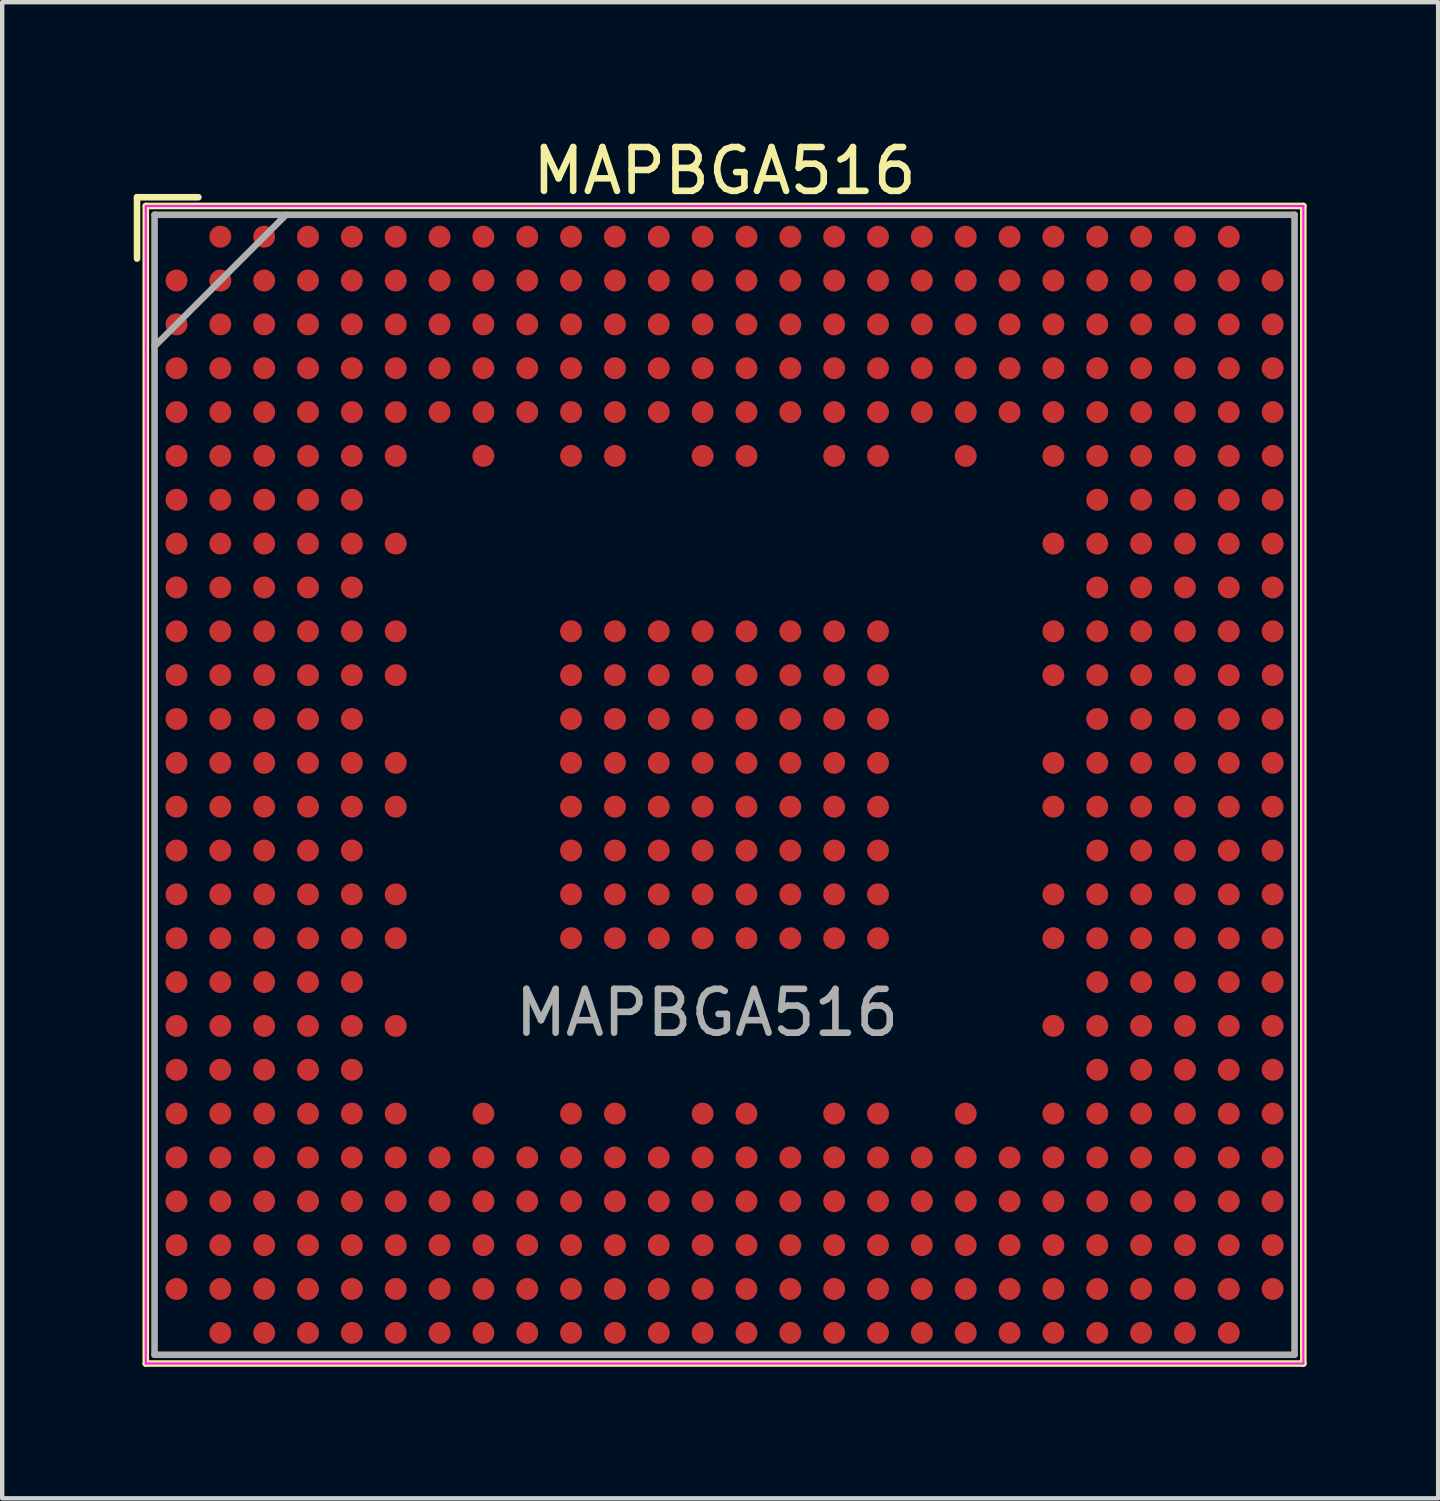
<source format=kicad_pcb>
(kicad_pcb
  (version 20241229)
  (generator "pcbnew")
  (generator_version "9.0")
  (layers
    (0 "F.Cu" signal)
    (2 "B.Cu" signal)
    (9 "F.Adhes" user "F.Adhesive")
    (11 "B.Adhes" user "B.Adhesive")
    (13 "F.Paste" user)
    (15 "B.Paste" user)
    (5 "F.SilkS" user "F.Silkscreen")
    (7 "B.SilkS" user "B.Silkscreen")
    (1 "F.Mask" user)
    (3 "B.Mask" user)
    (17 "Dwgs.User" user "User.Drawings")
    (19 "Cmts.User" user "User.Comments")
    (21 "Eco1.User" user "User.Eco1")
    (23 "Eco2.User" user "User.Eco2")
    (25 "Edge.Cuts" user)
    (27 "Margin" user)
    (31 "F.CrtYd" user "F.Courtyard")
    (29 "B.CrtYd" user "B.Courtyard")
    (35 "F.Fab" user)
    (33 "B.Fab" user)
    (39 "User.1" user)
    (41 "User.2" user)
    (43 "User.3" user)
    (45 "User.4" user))
  (footprint "MAPBGA516"
    (layer "F.Cu")
    (at 13.475 14.848)
    (property "Reference" "MAPBGA516" (at 0 -14 0) (layer "F.SilkS") (effects (font (size 1 1) (thickness 0.15))))
    (attr smd)
    (fp_line (start -13.4 -13.4) (end -13.4 -12) (stroke (width 0.15) (type solid)) (layer "F.SilkS"))
    (fp_line (start -13.2 -13.2) (end 13.2 -13.2) (stroke (width 0.15) (type solid)) (layer "F.SilkS"))
    (fp_line (start -13.2 13.2) (end -13.2 -13.2) (stroke (width 0.15) (type solid)) (layer "F.SilkS"))
    (fp_line (start -12 -13.4) (end -13.4 -13.4) (stroke (width 0.15) (type solid)) (layer "F.SilkS"))
    (fp_line (start 13.2 -13.2) (end 13.2 13.2) (stroke (width 0.15) (type solid)) (layer "F.SilkS"))
    (fp_line (start 13.2 13.2) (end -13.2 13.2) (stroke (width 0.15) (type solid)) (layer "F.SilkS"))
    (fp_line (start -13.2 -13.2) (end 13.2 -13.2) (stroke (width 0.05) (type solid)) (layer "F.CrtYd"))
    (fp_line (start -13.2 13.2) (end -13.2 -13.2) (stroke (width 0.05) (type solid)) (layer "F.CrtYd"))
    (fp_line (start 13.2 -13.2) (end 13.2 13.2) (stroke (width 0.05) (type solid)) (layer "F.CrtYd"))
    (fp_line (start 13.2 13.2) (end -13.2 13.2) (stroke (width 0.05) (type solid)) (layer "F.CrtYd"))
    (fp_line (start -13 -13) (end 13 -13) (stroke (width 0.15) (type solid)) (layer "F.Fab"))
    (fp_line (start -13 13) (end -13 -13) (stroke (width 0.15) (type solid)) (layer "F.Fab"))
    (fp_line (start -10 -13) (end -13 -10) (stroke (width 0.15) (type solid)) (layer "F.Fab"))
    (fp_line (start 13 -13) (end 13 13) (stroke (width 0.15) (type solid)) (layer "F.Fab"))
    (fp_line (start 13 13) (end -13 13) (stroke (width 0.15) (type solid)) (layer "F.Fab"))
    (fp_text user "${REFERENCE}" (at -0.4 5.2 0) (layer "F.Fab") (effects (font (size 1 1) (thickness 0.15))))
    (pad "" smd rect (at -12.5 -11.5) (size 0.5 0.5) (layers "F.Paste"))
    (pad "" smd rect (at -12.5 -10.5) (size 0.5 0.5) (layers "F.Paste"))
    (pad "" smd rect (at -12.5 -9.5) (size 0.5 0.5) (layers "F.Paste"))
    (pad "" smd rect (at -12.5 -8.5) (size 0.5 0.5) (layers "F.Paste"))
    (pad "" smd rect (at -12.5 -7.5) (size 0.5 0.5) (layers "F.Paste"))
    (pad "" smd rect (at -12.5 -6.5) (size 0.5 0.5) (layers "F.Paste"))
    (pad "" smd rect (at -12.5 -5.5) (size 0.5 0.5) (layers "F.Paste"))
    (pad "" smd rect (at -12.5 -4.5) (size 0.5 0.5) (layers "F.Paste"))
    (pad "" smd rect (at -12.5 -3.5) (size 0.5 0.5) (layers "F.Paste"))
    (pad "" smd rect (at -12.5 -2.5) (size 0.5 0.5) (layers "F.Paste"))
    (pad "" smd rect (at -12.5 -1.5) (size 0.5 0.5) (layers "F.Paste"))
    (pad "" smd rect (at -12.5 -0.5) (size 0.5 0.5) (layers "F.Paste"))
    (pad "" smd rect (at -12.5 0.5) (size 0.5 0.5) (layers "F.Paste"))
    (pad "" smd rect (at -12.5 1.5) (size 0.5 0.5) (layers "F.Paste"))
    (pad "" smd rect (at -12.5 2.5) (size 0.5 0.5) (layers "F.Paste"))
    (pad "" smd rect (at -12.5 3.5) (size 0.5 0.5) (layers "F.Paste"))
    (pad "" smd rect (at -12.5 4.5) (size 0.5 0.5) (layers "F.Paste"))
    (pad "" smd rect (at -12.5 5.5) (size 0.5 0.5) (layers "F.Paste"))
    (pad "" smd rect (at -12.5 6.5) (size 0.5 0.5) (layers "F.Paste"))
    (pad "" smd rect (at -12.5 7.5) (size 0.5 0.5) (layers "F.Paste"))
    (pad "" smd rect (at -12.5 8.5) (size 0.5 0.5) (layers "F.Paste"))
    (pad "" smd rect (at -12.5 9.5) (size 0.5 0.5) (layers "F.Paste"))
    (pad "" smd rect (at -12.5 10.5) (size 0.5 0.5) (layers "F.Paste"))
    (pad "" smd rect (at -12.5 11.5) (size 0.5 0.5) (layers "F.Paste"))
    (pad "" smd rect (at -11.5 -12.5) (size 0.5 0.5) (layers "F.Paste"))
    (pad "" smd rect (at -11.5 -11.5) (size 0.5 0.5) (layers "F.Paste"))
    (pad "" smd rect (at -11.5 -10.5) (size 0.5 0.5) (layers "F.Paste"))
    (pad "" smd rect (at -11.5 -9.5) (size 0.5 0.5) (layers "F.Paste"))
    (pad "" smd rect (at -11.5 -8.5) (size 0.5 0.5) (layers "F.Paste"))
    (pad "" smd rect (at -11.5 -7.5) (size 0.5 0.5) (layers "F.Paste"))
    (pad "" smd rect (at -11.5 -6.5) (size 0.5 0.5) (layers "F.Paste"))
    (pad "" smd rect (at -11.5 -5.5) (size 0.5 0.5) (layers "F.Paste"))
    (pad "" smd rect (at -11.5 -4.5) (size 0.5 0.5) (layers "F.Paste"))
    (pad "" smd rect (at -11.5 -3.5) (size 0.5 0.5) (layers "F.Paste"))
    (pad "" smd rect (at -11.5 -2.5) (size 0.5 0.5) (layers "F.Paste"))
    (pad "" smd rect (at -11.5 -1.5) (size 0.5 0.5) (layers "F.Paste"))
    (pad "" smd rect (at -11.5 -0.5) (size 0.5 0.5) (layers "F.Paste"))
    (pad "" smd rect (at -11.5 0.5) (size 0.5 0.5) (layers "F.Paste"))
    (pad "" smd rect (at -11.5 1.5) (size 0.5 0.5) (layers "F.Paste"))
    (pad "" smd rect (at -11.5 2.5) (size 0.5 0.5) (layers "F.Paste"))
    (pad "" smd rect (at -11.5 3.5) (size 0.5 0.5) (layers "F.Paste"))
    (pad "" smd rect (at -11.5 4.5) (size 0.5 0.5) (layers "F.Paste"))
    (pad "" smd rect (at -11.5 5.5) (size 0.5 0.5) (layers "F.Paste"))
    (pad "" smd rect (at -11.5 6.5) (size 0.5 0.5) (layers "F.Paste"))
    (pad "" smd rect (at -11.5 7.5) (size 0.5 0.5) (layers "F.Paste"))
    (pad "" smd rect (at -11.5 8.5) (size 0.5 0.5) (layers "F.Paste"))
    (pad "" smd rect (at -11.5 9.5) (size 0.5 0.5) (layers "F.Paste"))
    (pad "" smd rect (at -11.5 10.5) (size 0.5 0.5) (layers "F.Paste"))
    (pad "" smd rect (at -11.5 11.5) (size 0.5 0.5) (layers "F.Paste"))
    (pad "" smd rect (at -11.5 12.5) (size 0.5 0.5) (layers "F.Paste"))
    (pad "" smd rect (at -10.5 -12.5) (size 0.5 0.5) (layers "F.Paste"))
    (pad "" smd rect (at -10.5 -11.5) (size 0.5 0.5) (layers "F.Paste"))
    (pad "" smd rect (at -10.5 -10.5) (size 0.5 0.5) (layers "F.Paste"))
    (pad "" smd rect (at -10.5 -9.5) (size 0.5 0.5) (layers "F.Paste"))
    (pad "" smd rect (at -10.5 -8.5) (size 0.5 0.5) (layers "F.Paste"))
    (pad "" smd rect (at -10.5 -7.5) (size 0.5 0.5) (layers "F.Paste"))
    (pad "" smd rect (at -10.5 -6.5) (size 0.5 0.5) (layers "F.Paste"))
    (pad "" smd rect (at -10.5 -5.5) (size 0.5 0.5) (layers "F.Paste"))
    (pad "" smd rect (at -10.5 -4.5) (size 0.5 0.5) (layers "F.Paste"))
    (pad "" smd rect (at -10.5 -3.5) (size 0.5 0.5) (layers "F.Paste"))
    (pad "" smd rect (at -10.5 -2.5) (size 0.5 0.5) (layers "F.Paste"))
    (pad "" smd rect (at -10.5 -1.5) (size 0.5 0.5) (layers "F.Paste"))
    (pad "" smd rect (at -10.5 -0.5) (size 0.5 0.5) (layers "F.Paste"))
    (pad "" smd rect (at -10.5 0.5) (size 0.5 0.5) (layers "F.Paste"))
    (pad "" smd rect (at -10.5 1.5) (size 0.5 0.5) (layers "F.Paste"))
    (pad "" smd rect (at -10.5 2.5) (size 0.5 0.5) (layers "F.Paste"))
    (pad "" smd rect (at -10.5 3.5) (size 0.5 0.5) (layers "F.Paste"))
    (pad "" smd rect (at -10.5 4.5) (size 0.5 0.5) (layers "F.Paste"))
    (pad "" smd rect (at -10.5 5.5) (size 0.5 0.5) (layers "F.Paste"))
    (pad "" smd rect (at -10.5 6.5) (size 0.5 0.5) (layers "F.Paste"))
    (pad "" smd rect (at -10.5 7.5) (size 0.5 0.5) (layers "F.Paste"))
    (pad "" smd rect (at -10.5 8.5) (size 0.5 0.5) (layers "F.Paste"))
    (pad "" smd rect (at -10.5 9.5) (size 0.5 0.5) (layers "F.Paste"))
    (pad "" smd rect (at -10.5 10.5) (size 0.5 0.5) (layers "F.Paste"))
    (pad "" smd rect (at -10.5 11.5) (size 0.5 0.5) (layers "F.Paste"))
    (pad "" smd rect (at -10.5 12.5) (size 0.5 0.5) (layers "F.Paste"))
    (pad "" smd rect (at -9.5 -12.5) (size 0.5 0.5) (layers "F.Paste"))
    (pad "" smd rect (at -9.5 -11.5) (size 0.5 0.5) (layers "F.Paste"))
    (pad "" smd rect (at -9.5 -10.5) (size 0.5 0.5) (layers "F.Paste"))
    (pad "" smd rect (at -9.5 -9.5) (size 0.5 0.5) (layers "F.Paste"))
    (pad "" smd rect (at -9.5 -8.5) (size 0.5 0.5) (layers "F.Paste"))
    (pad "" smd rect (at -9.5 -7.5) (size 0.5 0.5) (layers "F.Paste"))
    (pad "" smd rect (at -9.5 -6.5) (size 0.5 0.5) (layers "F.Paste"))
    (pad "" smd rect (at -9.5 -5.5) (size 0.5 0.5) (layers "F.Paste"))
    (pad "" smd rect (at -9.5 -4.5) (size 0.5 0.5) (layers "F.Paste"))
    (pad "" smd rect (at -9.5 -3.5) (size 0.5 0.5) (layers "F.Paste"))
    (pad "" smd rect (at -9.5 -2.5) (size 0.5 0.5) (layers "F.Paste"))
    (pad "" smd rect (at -9.5 -1.5) (size 0.5 0.5) (layers "F.Paste"))
    (pad "" smd rect (at -9.5 -0.5) (size 0.5 0.5) (layers "F.Paste"))
    (pad "" smd rect (at -9.5 0.5) (size 0.5 0.5) (layers "F.Paste"))
    (pad "" smd rect (at -9.5 1.5) (size 0.5 0.5) (layers "F.Paste"))
    (pad "" smd rect (at -9.5 2.5) (size 0.5 0.5) (layers "F.Paste"))
    (pad "" smd rect (at -9.5 3.5) (size 0.5 0.5) (layers "F.Paste"))
    (pad "" smd rect (at -9.5 4.5) (size 0.5 0.5) (layers "F.Paste"))
    (pad "" smd rect (at -9.5 5.5) (size 0.5 0.5) (layers "F.Paste"))
    (pad "" smd rect (at -9.5 6.5) (size 0.5 0.5) (layers "F.Paste"))
    (pad "" smd rect (at -9.5 7.5) (size 0.5 0.5) (layers "F.Paste"))
    (pad "" smd rect (at -9.5 8.5) (size 0.5 0.5) (layers "F.Paste"))
    (pad "" smd rect (at -9.5 9.5) (size 0.5 0.5) (layers "F.Paste"))
    (pad "" smd rect (at -9.5 10.5) (size 0.5 0.5) (layers "F.Paste"))
    (pad "" smd rect (at -9.5 11.5) (size 0.5 0.5) (layers "F.Paste"))
    (pad "" smd rect (at -9.5 12.5) (size 0.5 0.5) (layers "F.Paste"))
    (pad "" smd rect (at -8.5 -12.5) (size 0.5 0.5) (layers "F.Paste"))
    (pad "" smd rect (at -8.5 -11.5) (size 0.5 0.5) (layers "F.Paste"))
    (pad "" smd rect (at -8.5 -10.5) (size 0.5 0.5) (layers "F.Paste"))
    (pad "" smd rect (at -8.5 -9.5) (size 0.5 0.5) (layers "F.Paste"))
    (pad "" smd rect (at -8.5 -8.5) (size 0.5 0.5) (layers "F.Paste"))
    (pad "" smd rect (at -8.5 -7.5) (size 0.5 0.5) (layers "F.Paste"))
    (pad "" smd rect (at -8.5 -6.5) (size 0.5 0.5) (layers "F.Paste"))
    (pad "" smd rect (at -8.5 -5.5) (size 0.5 0.5) (layers "F.Paste"))
    (pad "" smd rect (at -8.5 -4.5) (size 0.5 0.5) (layers "F.Paste"))
    (pad "" smd rect (at -8.5 -3.5) (size 0.5 0.5) (layers "F.Paste"))
    (pad "" smd rect (at -8.5 -2.5) (size 0.5 0.5) (layers "F.Paste"))
    (pad "" smd rect (at -8.5 -1.5) (size 0.5 0.5) (layers "F.Paste"))
    (pad "" smd rect (at -8.5 -0.5) (size 0.5 0.5) (layers "F.Paste"))
    (pad "" smd rect (at -8.5 0.5) (size 0.5 0.5) (layers "F.Paste"))
    (pad "" smd rect (at -8.5 1.5) (size 0.5 0.5) (layers "F.Paste"))
    (pad "" smd rect (at -8.5 2.5) (size 0.5 0.5) (layers "F.Paste"))
    (pad "" smd rect (at -8.5 3.5) (size 0.5 0.5) (layers "F.Paste"))
    (pad "" smd rect (at -8.5 4.5) (size 0.5 0.5) (layers "F.Paste"))
    (pad "" smd rect (at -8.5 5.5) (size 0.5 0.5) (layers "F.Paste"))
    (pad "" smd rect (at -8.5 6.5) (size 0.5 0.5) (layers "F.Paste"))
    (pad "" smd rect (at -8.5 7.5) (size 0.5 0.5) (layers "F.Paste"))
    (pad "" smd rect (at -8.5 8.5) (size 0.5 0.5) (layers "F.Paste"))
    (pad "" smd rect (at -8.5 9.5) (size 0.5 0.5) (layers "F.Paste"))
    (pad "" smd rect (at -8.5 10.5) (size 0.5 0.5) (layers "F.Paste"))
    (pad "" smd rect (at -8.5 11.5) (size 0.5 0.5) (layers "F.Paste"))
    (pad "" smd rect (at -8.5 12.5) (size 0.5 0.5) (layers "F.Paste"))
    (pad "" smd rect (at -7.5 -12.5) (size 0.5 0.5) (layers "F.Paste"))
    (pad "" smd rect (at -7.5 -11.5) (size 0.5 0.5) (layers "F.Paste"))
    (pad "" smd rect (at -7.5 -10.5) (size 0.5 0.5) (layers "F.Paste"))
    (pad "" smd rect (at -7.5 -9.5) (size 0.5 0.5) (layers "F.Paste"))
    (pad "" smd rect (at -7.5 -8.5) (size 0.5 0.5) (layers "F.Paste"))
    (pad "" smd rect (at -7.5 -7.5) (size 0.5 0.5) (layers "F.Paste"))
    (pad "" smd rect (at -7.5 -5.5) (size 0.5 0.5) (layers "F.Paste"))
    (pad "" smd rect (at -7.5 -3.5) (size 0.5 0.5) (layers "F.Paste"))
    (pad "" smd rect (at -7.5 -2.5) (size 0.5 0.5) (layers "F.Paste"))
    (pad "" smd rect (at -7.5 -0.5) (size 0.5 0.5) (layers "F.Paste"))
    (pad "" smd rect (at -7.5 0.5) (size 0.5 0.5) (layers "F.Paste"))
    (pad "" smd rect (at -7.5 2.5) (size 0.5 0.5) (layers "F.Paste"))
    (pad "" smd rect (at -7.5 3.5) (size 0.5 0.5) (layers "F.Paste"))
    (pad "" smd rect (at -7.5 5.5) (size 0.5 0.5) (layers "F.Paste"))
    (pad "" smd rect (at -7.5 7.5) (size 0.5 0.5) (layers "F.Paste"))
    (pad "" smd rect (at -7.5 8.5) (size 0.5 0.5) (layers "F.Paste"))
    (pad "" smd rect (at -7.5 9.5) (size 0.5 0.5) (layers "F.Paste"))
    (pad "" smd rect (at -7.5 10.5) (size 0.5 0.5) (layers "F.Paste"))
    (pad "" smd rect (at -7.5 11.5) (size 0.5 0.5) (layers "F.Paste"))
    (pad "" smd rect (at -7.5 12.5) (size 0.5 0.5) (layers "F.Paste"))
    (pad "" smd rect (at -6.5 -12.5) (size 0.5 0.5) (layers "F.Paste"))
    (pad "" smd rect (at -6.5 -11.5) (size 0.5 0.5) (layers "F.Paste"))
    (pad "" smd rect (at -6.5 -10.5) (size 0.5 0.5) (layers "F.Paste"))
    (pad "" smd rect (at -6.5 -9.5) (size 0.5 0.5) (layers "F.Paste"))
    (pad "" smd rect (at -6.5 -8.5) (size 0.5 0.5) (layers "F.Paste"))
    (pad "" smd rect (at -6.5 8.5) (size 0.5 0.5) (layers "F.Paste"))
    (pad "" smd rect (at -6.5 9.5) (size 0.5 0.5) (layers "F.Paste"))
    (pad "" smd rect (at -6.5 10.5) (size 0.5 0.5) (layers "F.Paste"))
    (pad "" smd rect (at -6.5 11.5) (size 0.5 0.5) (layers "F.Paste"))
    (pad "" smd rect (at -6.5 12.5) (size 0.5 0.5) (layers "F.Paste"))
    (pad "" smd rect (at -5.5 -12.5) (size 0.5 0.5) (layers "F.Paste"))
    (pad "" smd rect (at -5.5 -11.5) (size 0.5 0.5) (layers "F.Paste"))
    (pad "" smd rect (at -5.5 -10.5) (size 0.5 0.5) (layers "F.Paste"))
    (pad "" smd rect (at -5.5 -9.5) (size 0.5 0.5) (layers "F.Paste"))
    (pad "" smd rect (at -5.5 -8.5) (size 0.5 0.5) (layers "F.Paste"))
    (pad "" smd rect (at -5.5 -7.5) (size 0.5 0.5) (layers "F.Paste"))
    (pad "" smd rect (at -5.5 7.5) (size 0.5 0.5) (layers "F.Paste"))
    (pad "" smd rect (at -5.5 8.5) (size 0.5 0.5) (layers "F.Paste"))
    (pad "" smd rect (at -5.5 9.5) (size 0.5 0.5) (layers "F.Paste"))
    (pad "" smd rect (at -5.5 10.5) (size 0.5 0.5) (layers "F.Paste"))
    (pad "" smd rect (at -5.5 11.5) (size 0.5 0.5) (layers "F.Paste"))
    (pad "" smd rect (at -5.5 12.5) (size 0.5 0.5) (layers "F.Paste"))
    (pad "" smd rect (at -4.5 -12.5) (size 0.5 0.5) (layers "F.Paste"))
    (pad "" smd rect (at -4.5 -11.5) (size 0.5 0.5) (layers "F.Paste"))
    (pad "" smd rect (at -4.5 -10.5) (size 0.5 0.5) (layers "F.Paste"))
    (pad "" smd rect (at -4.5 -9.5) (size 0.5 0.5) (layers "F.Paste"))
    (pad "" smd rect (at -4.5 -8.5) (size 0.5 0.5) (layers "F.Paste"))
    (pad "" smd rect (at -4.5 8.5) (size 0.5 0.5) (layers "F.Paste"))
    (pad "" smd rect (at -4.5 9.5) (size 0.5 0.5) (layers "F.Paste"))
    (pad "" smd rect (at -4.5 10.5) (size 0.5 0.5) (layers "F.Paste"))
    (pad "" smd rect (at -4.5 11.5) (size 0.5 0.5) (layers "F.Paste"))
    (pad "" smd rect (at -4.5 12.5) (size 0.5 0.5) (layers "F.Paste"))
    (pad "" smd rect (at -3.5 -12.5) (size 0.5 0.5) (layers "F.Paste"))
    (pad "" smd rect (at -3.5 -11.5) (size 0.5 0.5) (layers "F.Paste"))
    (pad "" smd rect (at -3.5 -10.5) (size 0.5 0.5) (layers "F.Paste"))
    (pad "" smd rect (at -3.5 -9.5) (size 0.5 0.5) (layers "F.Paste"))
    (pad "" smd rect (at -3.5 -8.5) (size 0.5 0.5) (layers "F.Paste"))
    (pad "" smd rect (at -3.5 -7.5) (size 0.5 0.5) (layers "F.Paste"))
    (pad "" smd rect (at -3.5 -3.5) (size 0.5 0.5) (layers "F.Paste"))
    (pad "" smd rect (at -3.5 -2.5) (size 0.5 0.5) (layers "F.Paste"))
    (pad "" smd rect (at -3.5 -1.5) (size 0.5 0.5) (layers "F.Paste"))
    (pad "" smd rect (at -3.5 -0.5) (size 0.5 0.5) (layers "F.Paste"))
    (pad "" smd rect (at -3.5 0.5) (size 0.5 0.5) (layers "F.Paste"))
    (pad "" smd rect (at -3.5 1.5) (size 0.5 0.5) (layers "F.Paste"))
    (pad "" smd rect (at -3.5 2.5) (size 0.5 0.5) (layers "F.Paste"))
    (pad "" smd rect (at -3.5 3.5) (size 0.5 0.5) (layers "F.Paste"))
    (pad "" smd rect (at -3.5 7.5) (size 0.5 0.5) (layers "F.Paste"))
    (pad "" smd rect (at -3.5 8.5) (size 0.5 0.5) (layers "F.Paste"))
    (pad "" smd rect (at -3.5 9.5) (size 0.5 0.5) (layers "F.Paste"))
    (pad "" smd rect (at -3.5 10.5) (size 0.5 0.5) (layers "F.Paste"))
    (pad "" smd rect (at -3.5 11.5) (size 0.5 0.5) (layers "F.Paste"))
    (pad "" smd rect (at -3.5 12.5) (size 0.5 0.5) (layers "F.Paste"))
    (pad "" smd rect (at -2.5 -12.5) (size 0.5 0.5) (layers "F.Paste"))
    (pad "" smd rect (at -2.5 -11.5) (size 0.5 0.5) (layers "F.Paste"))
    (pad "" smd rect (at -2.5 -10.5) (size 0.5 0.5) (layers "F.Paste"))
    (pad "" smd rect (at -2.5 -9.5) (size 0.5 0.5) (layers "F.Paste"))
    (pad "" smd rect (at -2.5 -8.5) (size 0.5 0.5) (layers "F.Paste"))
    (pad "" smd rect (at -2.5 -7.5) (size 0.5 0.5) (layers "F.Paste"))
    (pad "" smd rect (at -2.5 -3.5) (size 0.5 0.5) (layers "F.Paste"))
    (pad "" smd rect (at -2.5 -2.5) (size 0.5 0.5) (layers "F.Paste"))
    (pad "" smd rect (at -2.5 -1.5) (size 0.5 0.5) (layers "F.Paste"))
    (pad "" smd rect (at -2.5 -0.5) (size 0.5 0.5) (layers "F.Paste"))
    (pad "" smd rect (at -2.5 0.5) (size 0.5 0.5) (layers "F.Paste"))
    (pad "" smd rect (at -2.5 1.5) (size 0.5 0.5) (layers "F.Paste"))
    (pad "" smd rect (at -2.5 2.5) (size 0.5 0.5) (layers "F.Paste"))
    (pad "" smd rect (at -2.5 3.5) (size 0.5 0.5) (layers "F.Paste"))
    (pad "" smd rect (at -2.5 7.5) (size 0.5 0.5) (layers "F.Paste"))
    (pad "" smd rect (at -2.5 8.5) (size 0.5 0.5) (layers "F.Paste"))
    (pad "" smd rect (at -2.5 9.5) (size 0.5 0.5) (layers "F.Paste"))
    (pad "" smd rect (at -2.5 10.5) (size 0.5 0.5) (layers "F.Paste"))
    (pad "" smd rect (at -2.5 11.5) (size 0.5 0.5) (layers "F.Paste"))
    (pad "" smd rect (at -2.5 12.5) (size 0.5 0.5) (layers "F.Paste"))
    (pad "" smd rect (at -1.5 -12.5) (size 0.5 0.5) (layers "F.Paste"))
    (pad "" smd rect (at -1.5 -11.5) (size 0.5 0.5) (layers "F.Paste"))
    (pad "" smd rect (at -1.5 -10.5) (size 0.5 0.5) (layers "F.Paste"))
    (pad "" smd rect (at -1.5 -9.5) (size 0.5 0.5) (layers "F.Paste"))
    (pad "" smd rect (at -1.5 -8.5) (size 0.5 0.5) (layers "F.Paste"))
    (pad "" smd rect (at -1.5 -3.5) (size 0.5 0.5) (layers "F.Paste"))
    (pad "" smd rect (at -1.5 -2.5) (size 0.5 0.5) (layers "F.Paste"))
    (pad "" smd rect (at -1.5 -1.5) (size 0.5 0.5) (layers "F.Paste"))
    (pad "" smd rect (at -1.5 -0.5) (size 0.5 0.5) (layers "F.Paste"))
    (pad "" smd rect (at -1.5 0.5) (size 0.5 0.5) (layers "F.Paste"))
    (pad "" smd rect (at -1.5 1.5) (size 0.5 0.5) (layers "F.Paste"))
    (pad "" smd rect (at -1.5 2.5) (size 0.5 0.5) (layers "F.Paste"))
    (pad "" smd rect (at -1.5 3.5) (size 0.5 0.5) (layers "F.Paste"))
    (pad "" smd rect (at -1.5 8.5) (size 0.5 0.5) (layers "F.Paste"))
    (pad "" smd rect (at -1.5 9.5) (size 0.5 0.5) (layers "F.Paste"))
    (pad "" smd rect (at -1.5 10.5) (size 0.5 0.5) (layers "F.Paste"))
    (pad "" smd rect (at -1.5 11.5) (size 0.5 0.5) (layers "F.Paste"))
    (pad "" smd rect (at -1.5 12.5) (size 0.5 0.5) (layers "F.Paste"))
    (pad "" smd rect (at -0.5 -12.5) (size 0.5 0.5) (layers "F.Paste"))
    (pad "" smd rect (at -0.5 -11.5) (size 0.5 0.5) (layers "F.Paste"))
    (pad "" smd rect (at -0.5 -10.5) (size 0.5 0.5) (layers "F.Paste"))
    (pad "" smd rect (at -0.5 -9.5) (size 0.5 0.5) (layers "F.Paste"))
    (pad "" smd rect (at -0.5 -8.5) (size 0.5 0.5) (layers "F.Paste"))
    (pad "" smd rect (at -0.5 -7.5) (size 0.5 0.5) (layers "F.Paste"))
    (pad "" smd rect (at -0.5 -3.5) (size 0.5 0.5) (layers "F.Paste"))
    (pad "" smd rect (at -0.5 -2.5) (size 0.5 0.5) (layers "F.Paste"))
    (pad "" smd rect (at -0.5 -1.5) (size 0.5 0.5) (layers "F.Paste"))
    (pad "" smd rect (at -0.5 -0.5) (size 0.5 0.5) (layers "F.Paste"))
    (pad "" smd rect (at -0.5 0.5) (size 0.5 0.5) (layers "F.Paste"))
    (pad "" smd rect (at -0.5 1.5) (size 0.5 0.5) (layers "F.Paste"))
    (pad "" smd rect (at -0.5 2.5) (size 0.5 0.5) (layers "F.Paste"))
    (pad "" smd rect (at -0.5 3.5) (size 0.5 0.5) (layers "F.Paste"))
    (pad "" smd rect (at -0.5 7.5) (size 0.5 0.5) (layers "F.Paste"))
    (pad "" smd rect (at -0.5 8.5) (size 0.5 0.5) (layers "F.Paste"))
    (pad "" smd rect (at -0.5 9.5) (size 0.5 0.5) (layers "F.Paste"))
    (pad "" smd rect (at -0.5 10.5) (size 0.5 0.5) (layers "F.Paste"))
    (pad "" smd rect (at -0.5 11.5) (size 0.5 0.5) (layers "F.Paste"))
    (pad "" smd rect (at -0.5 12.5) (size 0.5 0.5) (layers "F.Paste"))
    (pad "" smd rect (at 0.5 -12.5) (size 0.5 0.5) (layers "F.Paste"))
    (pad "" smd rect (at 0.5 -11.5) (size 0.5 0.5) (layers "F.Paste"))
    (pad "" smd rect (at 0.5 -10.5) (size 0.5 0.5) (layers "F.Paste"))
    (pad "" smd rect (at 0.5 -9.5) (size 0.5 0.5) (layers "F.Paste"))
    (pad "" smd rect (at 0.5 -8.5) (size 0.5 0.5) (layers "F.Paste"))
    (pad "" smd rect (at 0.5 -7.5) (size 0.5 0.5) (layers "F.Paste"))
    (pad "" smd rect (at 0.5 -3.5) (size 0.5 0.5) (layers "F.Paste"))
    (pad "" smd rect (at 0.5 -2.5) (size 0.5 0.5) (layers "F.Paste"))
    (pad "" smd rect (at 0.5 -1.5) (size 0.5 0.5) (layers "F.Paste"))
    (pad "" smd rect (at 0.5 -0.5) (size 0.5 0.5) (layers "F.Paste"))
    (pad "" smd rect (at 0.5 0.5) (size 0.5 0.5) (layers "F.Paste"))
    (pad "" smd rect (at 0.5 1.5) (size 0.5 0.5) (layers "F.Paste"))
    (pad "" smd rect (at 0.5 2.5) (size 0.5 0.5) (layers "F.Paste"))
    (pad "" smd rect (at 0.5 3.5) (size 0.5 0.5) (layers "F.Paste"))
    (pad "" smd rect (at 0.5 7.5) (size 0.5 0.5) (layers "F.Paste"))
    (pad "" smd rect (at 0.5 8.5) (size 0.5 0.5) (layers "F.Paste"))
    (pad "" smd rect (at 0.5 9.5) (size 0.5 0.5) (layers "F.Paste"))
    (pad "" smd rect (at 0.5 10.5) (size 0.5 0.5) (layers "F.Paste"))
    (pad "" smd rect (at 0.5 11.5) (size 0.5 0.5) (layers "F.Paste"))
    (pad "" smd rect (at 0.5 12.5) (size 0.5 0.5) (layers "F.Paste"))
    (pad "" smd rect (at 1.5 -12.5) (size 0.5 0.5) (layers "F.Paste"))
    (pad "" smd rect (at 1.5 -11.5) (size 0.5 0.5) (layers "F.Paste"))
    (pad "" smd rect (at 1.5 -10.5) (size 0.5 0.5) (layers "F.Paste"))
    (pad "" smd rect (at 1.5 -9.5) (size 0.5 0.5) (layers "F.Paste"))
    (pad "" smd rect (at 1.5 -8.5) (size 0.5 0.5) (layers "F.Paste"))
    (pad "" smd rect (at 1.5 -3.5) (size 0.5 0.5) (layers "F.Paste"))
    (pad "" smd rect (at 1.5 -2.5) (size 0.5 0.5) (layers "F.Paste"))
    (pad "" smd rect (at 1.5 -1.5) (size 0.5 0.5) (layers "F.Paste"))
    (pad "" smd rect (at 1.5 -0.5) (size 0.5 0.5) (layers "F.Paste"))
    (pad "" smd rect (at 1.5 0.5) (size 0.5 0.5) (layers "F.Paste"))
    (pad "" smd rect (at 1.5 1.5) (size 0.5 0.5) (layers "F.Paste"))
    (pad "" smd rect (at 1.5 2.5) (size 0.5 0.5) (layers "F.Paste"))
    (pad "" smd rect (at 1.5 3.5) (size 0.5 0.5) (layers "F.Paste"))
    (pad "" smd rect (at 1.5 8.5) (size 0.5 0.5) (layers "F.Paste"))
    (pad "" smd rect (at 1.5 9.5) (size 0.5 0.5) (layers "F.Paste"))
    (pad "" smd rect (at 1.5 10.5) (size 0.5 0.5) (layers "F.Paste"))
    (pad "" smd rect (at 1.5 11.5) (size 0.5 0.5) (layers "F.Paste"))
    (pad "" smd rect (at 1.5 12.5) (size 0.5 0.5) (layers "F.Paste"))
    (pad "" smd rect (at 2.5 -12.5) (size 0.5 0.5) (layers "F.Paste"))
    (pad "" smd rect (at 2.5 -11.5) (size 0.5 0.5) (layers "F.Paste"))
    (pad "" smd rect (at 2.5 -10.5) (size 0.5 0.5) (layers "F.Paste"))
    (pad "" smd rect (at 2.5 -9.5) (size 0.5 0.5) (layers "F.Paste"))
    (pad "" smd rect (at 2.5 -8.5) (size 0.5 0.5) (layers "F.Paste"))
    (pad "" smd rect (at 2.5 -7.5) (size 0.5 0.5) (layers "F.Paste"))
    (pad "" smd rect (at 2.5 -3.5) (size 0.5 0.5) (layers "F.Paste"))
    (pad "" smd rect (at 2.5 -2.5) (size 0.5 0.5) (layers "F.Paste"))
    (pad "" smd rect (at 2.5 -1.5) (size 0.5 0.5) (layers "F.Paste"))
    (pad "" smd rect (at 2.5 -0.5) (size 0.5 0.5) (layers "F.Paste"))
    (pad "" smd rect (at 2.5 0.5) (size 0.5 0.5) (layers "F.Paste"))
    (pad "" smd rect (at 2.5 1.5) (size 0.5 0.5) (layers "F.Paste"))
    (pad "" smd rect (at 2.5 2.5) (size 0.5 0.5) (layers "F.Paste"))
    (pad "" smd rect (at 2.5 3.5) (size 0.5 0.5) (layers "F.Paste"))
    (pad "" smd rect (at 2.5 7.5) (size 0.5 0.5) (layers "F.Paste"))
    (pad "" smd rect (at 2.5 8.5) (size 0.5 0.5) (layers "F.Paste"))
    (pad "" smd rect (at 2.5 9.5) (size 0.5 0.5) (layers "F.Paste"))
    (pad "" smd rect (at 2.5 10.5) (size 0.5 0.5) (layers "F.Paste"))
    (pad "" smd rect (at 2.5 11.5) (size 0.5 0.5) (layers "F.Paste"))
    (pad "" smd rect (at 2.5 12.5) (size 0.5 0.5) (layers "F.Paste"))
    (pad "" smd rect (at 3.5 -12.5) (size 0.5 0.5) (layers "F.Paste"))
    (pad "" smd rect (at 3.5 -11.5) (size 0.5 0.5) (layers "F.Paste"))
    (pad "" smd rect (at 3.5 -10.5) (size 0.5 0.5) (layers "F.Paste"))
    (pad "" smd rect (at 3.5 -9.5) (size 0.5 0.5) (layers "F.Paste"))
    (pad "" smd rect (at 3.5 -8.5) (size 0.5 0.5) (layers "F.Paste"))
    (pad "" smd rect (at 3.5 -7.5) (size 0.5 0.5) (layers "F.Paste"))
    (pad "" smd rect (at 3.5 -3.5) (size 0.5 0.5) (layers "F.Paste"))
    (pad "" smd rect (at 3.5 -2.5) (size 0.5 0.5) (layers "F.Paste"))
    (pad "" smd rect (at 3.5 -1.5) (size 0.5 0.5) (layers "F.Paste"))
    (pad "" smd rect (at 3.5 -0.5) (size 0.5 0.5) (layers "F.Paste"))
    (pad "" smd rect (at 3.5 0.5) (size 0.5 0.5) (layers "F.Paste"))
    (pad "" smd rect (at 3.5 1.5) (size 0.5 0.5) (layers "F.Paste"))
    (pad "" smd rect (at 3.5 2.5) (size 0.5 0.5) (layers "F.Paste"))
    (pad "" smd rect (at 3.5 3.5) (size 0.5 0.5) (layers "F.Paste"))
    (pad "" smd rect (at 3.5 7.5) (size 0.5 0.5) (layers "F.Paste"))
    (pad "" smd rect (at 3.5 8.5) (size 0.5 0.5) (layers "F.Paste"))
    (pad "" smd rect (at 3.5 9.5) (size 0.5 0.5) (layers "F.Paste"))
    (pad "" smd rect (at 3.5 10.5) (size 0.5 0.5) (layers "F.Paste"))
    (pad "" smd rect (at 3.5 11.5) (size 0.5 0.5) (layers "F.Paste"))
    (pad "" smd rect (at 3.5 12.5) (size 0.5 0.5) (layers "F.Paste"))
    (pad "" smd rect (at 4.5 -12.5) (size 0.5 0.5) (layers "F.Paste"))
    (pad "" smd rect (at 4.5 -11.5) (size 0.5 0.5) (layers "F.Paste"))
    (pad "" smd rect (at 4.5 -10.5) (size 0.5 0.5) (layers "F.Paste"))
    (pad "" smd rect (at 4.5 -9.5) (size 0.5 0.5) (layers "F.Paste"))
    (pad "" smd rect (at 4.5 -8.5) (size 0.5 0.5) (layers "F.Paste"))
    (pad "" smd rect (at 4.5 8.5) (size 0.5 0.5) (layers "F.Paste"))
    (pad "" smd rect (at 4.5 9.5) (size 0.5 0.5) (layers "F.Paste"))
    (pad "" smd rect (at 4.5 10.5) (size 0.5 0.5) (layers "F.Paste"))
    (pad "" smd rect (at 4.5 11.5) (size 0.5 0.5) (layers "F.Paste"))
    (pad "" smd rect (at 4.5 12.5) (size 0.5 0.5) (layers "F.Paste"))
    (pad "" smd rect (at 5.5 -12.5) (size 0.5 0.5) (layers "F.Paste"))
    (pad "" smd rect (at 5.5 -11.5) (size 0.5 0.5) (layers "F.Paste"))
    (pad "" smd rect (at 5.5 -10.5) (size 0.5 0.5) (layers "F.Paste"))
    (pad "" smd rect (at 5.5 -9.5) (size 0.5 0.5) (layers "F.Paste"))
    (pad "" smd rect (at 5.5 -8.5) (size 0.5 0.5) (layers "F.Paste"))
    (pad "" smd rect (at 5.5 -7.5) (size 0.5 0.5) (layers "F.Paste"))
    (pad "" smd rect (at 5.5 7.5) (size 0.5 0.5) (layers "F.Paste"))
    (pad "" smd rect (at 5.5 8.5) (size 0.5 0.5) (layers "F.Paste"))
    (pad "" smd rect (at 5.5 9.5) (size 0.5 0.5) (layers "F.Paste"))
    (pad "" smd rect (at 5.5 10.5) (size 0.5 0.5) (layers "F.Paste"))
    (pad "" smd rect (at 5.5 11.5) (size 0.5 0.5) (layers "F.Paste"))
    (pad "" smd rect (at 5.5 12.5) (size 0.5 0.5) (layers "F.Paste"))
    (pad "" smd rect (at 6.5 -12.5) (size 0.5 0.5) (layers "F.Paste"))
    (pad "" smd rect (at 6.5 -11.5) (size 0.5 0.5) (layers "F.Paste"))
    (pad "" smd rect (at 6.5 -10.5) (size 0.5 0.5) (layers "F.Paste"))
    (pad "" smd rect (at 6.5 -9.5) (size 0.5 0.5) (layers "F.Paste"))
    (pad "" smd rect (at 6.5 -8.5) (size 0.5 0.5) (layers "F.Paste"))
    (pad "" smd rect (at 6.5 8.5) (size 0.5 0.5) (layers "F.Paste"))
    (pad "" smd rect (at 6.5 9.5) (size 0.5 0.5) (layers "F.Paste"))
    (pad "" smd rect (at 6.5 10.5) (size 0.5 0.5) (layers "F.Paste"))
    (pad "" smd rect (at 6.5 11.5) (size 0.5 0.5) (layers "F.Paste"))
    (pad "" smd rect (at 6.5 12.5) (size 0.5 0.5) (layers "F.Paste"))
    (pad "" smd rect (at 7.5 -12.5) (size 0.5 0.5) (layers "F.Paste"))
    (pad "" smd rect (at 7.5 -11.5) (size 0.5 0.5) (layers "F.Paste"))
    (pad "" smd rect (at 7.5 -10.5) (size 0.5 0.5) (layers "F.Paste"))
    (pad "" smd rect (at 7.5 -9.5) (size 0.5 0.5) (layers "F.Paste"))
    (pad "" smd rect (at 7.5 -8.5) (size 0.5 0.5) (layers "F.Paste"))
    (pad "" smd rect (at 7.5 -7.5) (size 0.5 0.5) (layers "F.Paste"))
    (pad "" smd rect (at 7.5 -5.5) (size 0.5 0.5) (layers "F.Paste"))
    (pad "" smd rect (at 7.5 -3.5) (size 0.5 0.5) (layers "F.Paste"))
    (pad "" smd rect (at 7.5 -2.5) (size 0.5 0.5) (layers "F.Paste"))
    (pad "" smd rect (at 7.5 -0.5) (size 0.5 0.5) (layers "F.Paste"))
    (pad "" smd rect (at 7.5 0.5) (size 0.5 0.5) (layers "F.Paste"))
    (pad "" smd rect (at 7.5 2.5) (size 0.5 0.5) (layers "F.Paste"))
    (pad "" smd rect (at 7.5 3.5) (size 0.5 0.5) (layers "F.Paste"))
    (pad "" smd rect (at 7.5 5.5) (size 0.5 0.5) (layers "F.Paste"))
    (pad "" smd rect (at 7.5 7.5) (size 0.5 0.5) (layers "F.Paste"))
    (pad "" smd rect (at 7.5 8.5) (size 0.5 0.5) (layers "F.Paste"))
    (pad "" smd rect (at 7.5 9.5) (size 0.5 0.5) (layers "F.Paste"))
    (pad "" smd rect (at 7.5 10.5) (size 0.5 0.5) (layers "F.Paste"))
    (pad "" smd rect (at 7.5 11.5) (size 0.5 0.5) (layers "F.Paste"))
    (pad "" smd rect (at 7.5 12.5) (size 0.5 0.5) (layers "F.Paste"))
    (pad "" smd rect (at 8.5 -12.5) (size 0.5 0.5) (layers "F.Paste"))
    (pad "" smd rect (at 8.5 -11.5) (size 0.5 0.5) (layers "F.Paste"))
    (pad "" smd rect (at 8.5 -10.5) (size 0.5 0.5) (layers "F.Paste"))
    (pad "" smd rect (at 8.5 -9.5) (size 0.5 0.5) (layers "F.Paste"))
    (pad "" smd rect (at 8.5 -8.5) (size 0.5 0.5) (layers "F.Paste"))
    (pad "" smd rect (at 8.5 -7.5) (size 0.5 0.5) (layers "F.Paste"))
    (pad "" smd rect (at 8.5 -6.5) (size 0.5 0.5) (layers "F.Paste"))
    (pad "" smd rect (at 8.5 -5.5) (size 0.5 0.5) (layers "F.Paste"))
    (pad "" smd rect (at 8.5 -4.5) (size 0.5 0.5) (layers "F.Paste"))
    (pad "" smd rect (at 8.5 -3.5) (size 0.5 0.5) (layers "F.Paste"))
    (pad "" smd rect (at 8.5 -2.5) (size 0.5 0.5) (layers "F.Paste"))
    (pad "" smd rect (at 8.5 -1.5) (size 0.5 0.5) (layers "F.Paste"))
    (pad "" smd rect (at 8.5 -0.5) (size 0.5 0.5) (layers "F.Paste"))
    (pad "" smd rect (at 8.5 0.5) (size 0.5 0.5) (layers "F.Paste"))
    (pad "" smd rect (at 8.5 1.5) (size 0.5 0.5) (layers "F.Paste"))
    (pad "" smd rect (at 8.5 2.5) (size 0.5 0.5) (layers "F.Paste"))
    (pad "" smd rect (at 8.5 3.5) (size 0.5 0.5) (layers "F.Paste"))
    (pad "" smd rect (at 8.5 4.5) (size 0.5 0.5) (layers "F.Paste"))
    (pad "" smd rect (at 8.5 5.5) (size 0.5 0.5) (layers "F.Paste"))
    (pad "" smd rect (at 8.5 6.5) (size 0.5 0.5) (layers "F.Paste"))
    (pad "" smd rect (at 8.5 7.5) (size 0.5 0.5) (layers "F.Paste"))
    (pad "" smd rect (at 8.5 8.5) (size 0.5 0.5) (layers "F.Paste"))
    (pad "" smd rect (at 8.5 9.5) (size 0.5 0.5) (layers "F.Paste"))
    (pad "" smd rect (at 8.5 10.5) (size 0.5 0.5) (layers "F.Paste"))
    (pad "" smd rect (at 8.5 11.5) (size 0.5 0.5) (layers "F.Paste"))
    (pad "" smd rect (at 8.5 12.5) (size 0.5 0.5) (layers "F.Paste"))
    (pad "" smd rect (at 9.5 -12.5) (size 0.5 0.5) (layers "F.Paste"))
    (pad "" smd rect (at 9.5 -11.5) (size 0.5 0.5) (layers "F.Paste"))
    (pad "" smd rect (at 9.5 -10.5) (size 0.5 0.5) (layers "F.Paste"))
    (pad "" smd rect (at 9.5 -9.5) (size 0.5 0.5) (layers "F.Paste"))
    (pad "" smd rect (at 9.5 -8.5) (size 0.5 0.5) (layers "F.Paste"))
    (pad "" smd rect (at 9.5 -7.5) (size 0.5 0.5) (layers "F.Paste"))
    (pad "" smd rect (at 9.5 -6.5) (size 0.5 0.5) (layers "F.Paste"))
    (pad "" smd rect (at 9.5 -5.5) (size 0.5 0.5) (layers "F.Paste"))
    (pad "" smd rect (at 9.5 -4.5) (size 0.5 0.5) (layers "F.Paste"))
    (pad "" smd rect (at 9.5 -3.5) (size 0.5 0.5) (layers "F.Paste"))
    (pad "" smd rect (at 9.5 -2.5) (size 0.5 0.5) (layers "F.Paste"))
    (pad "" smd rect (at 9.5 -1.5) (size 0.5 0.5) (layers "F.Paste"))
    (pad "" smd rect (at 9.5 -0.5) (size 0.5 0.5) (layers "F.Paste"))
    (pad "" smd rect (at 9.5 0.5) (size 0.5 0.5) (layers "F.Paste"))
    (pad "" smd rect (at 9.5 1.5) (size 0.5 0.5) (layers "F.Paste"))
    (pad "" smd rect (at 9.5 2.5) (size 0.5 0.5) (layers "F.Paste"))
    (pad "" smd rect (at 9.5 3.5) (size 0.5 0.5) (layers "F.Paste"))
    (pad "" smd rect (at 9.5 4.5) (size 0.5 0.5) (layers "F.Paste"))
    (pad "" smd rect (at 9.5 5.5) (size 0.5 0.5) (layers "F.Paste"))
    (pad "" smd rect (at 9.5 6.5) (size 0.5 0.5) (layers "F.Paste"))
    (pad "" smd rect (at 9.5 7.5) (size 0.5 0.5) (layers "F.Paste"))
    (pad "" smd rect (at 9.5 8.5) (size 0.5 0.5) (layers "F.Paste"))
    (pad "" smd rect (at 9.5 9.5) (size 0.5 0.5) (layers "F.Paste"))
    (pad "" smd rect (at 9.5 10.5) (size 0.5 0.5) (layers "F.Paste"))
    (pad "" smd rect (at 9.5 11.5) (size 0.5 0.5) (layers "F.Paste"))
    (pad "" smd rect (at 9.5 12.5) (size 0.5 0.5) (layers "F.Paste"))
    (pad "" smd rect (at 10.5 -12.5) (size 0.5 0.5) (layers "F.Paste"))
    (pad "" smd rect (at 10.5 -11.5) (size 0.5 0.5) (layers "F.Paste"))
    (pad "" smd rect (at 10.5 -10.5) (size 0.5 0.5) (layers "F.Paste"))
    (pad "" smd rect (at 10.5 -9.5) (size 0.5 0.5) (layers "F.Paste"))
    (pad "" smd rect (at 10.5 -8.5) (size 0.5 0.5) (layers "F.Paste"))
    (pad "" smd rect (at 10.5 -7.5) (size 0.5 0.5) (layers "F.Paste"))
    (pad "" smd rect (at 10.5 -6.5) (size 0.5 0.5) (layers "F.Paste"))
    (pad "" smd rect (at 10.5 -5.5) (size 0.5 0.5) (layers "F.Paste"))
    (pad "" smd rect (at 10.5 -4.5) (size 0.5 0.5) (layers "F.Paste"))
    (pad "" smd rect (at 10.5 -3.5) (size 0.5 0.5) (layers "F.Paste"))
    (pad "" smd rect (at 10.5 -2.5) (size 0.5 0.5) (layers "F.Paste"))
    (pad "" smd rect (at 10.5 -1.5) (size 0.5 0.5) (layers "F.Paste"))
    (pad "" smd rect (at 10.5 -0.5) (size 0.5 0.5) (layers "F.Paste"))
    (pad "" smd rect (at 10.5 0.5) (size 0.5 0.5) (layers "F.Paste"))
    (pad "" smd rect (at 10.5 1.5) (size 0.5 0.5) (layers "F.Paste"))
    (pad "" smd rect (at 10.5 2.5) (size 0.5 0.5) (layers "F.Paste"))
    (pad "" smd rect (at 10.5 3.5) (size 0.5 0.5) (layers "F.Paste"))
    (pad "" smd rect (at 10.5 4.5) (size 0.5 0.5) (layers "F.Paste"))
    (pad "" smd rect (at 10.5 5.5) (size 0.5 0.5) (layers "F.Paste"))
    (pad "" smd rect (at 10.5 6.5) (size 0.5 0.5) (layers "F.Paste"))
    (pad "" smd rect (at 10.5 7.5) (size 0.5 0.5) (layers "F.Paste"))
    (pad "" smd rect (at 10.5 8.5) (size 0.5 0.5) (layers "F.Paste"))
    (pad "" smd rect (at 10.5 9.5) (size 0.5 0.5) (layers "F.Paste"))
    (pad "" smd rect (at 10.5 10.5) (size 0.5 0.5) (layers "F.Paste"))
    (pad "" smd rect (at 10.5 11.5) (size 0.5 0.5) (layers "F.Paste"))
    (pad "" smd rect (at 10.5 12.5) (size 0.5 0.5) (layers "F.Paste"))
    (pad "" smd rect (at 11.5 -12.5) (size 0.5 0.5) (layers "F.Paste"))
    (pad "" smd rect (at 11.5 -11.5) (size 0.5 0.5) (layers "F.Paste"))
    (pad "" smd rect (at 11.5 -10.5) (size 0.5 0.5) (layers "F.Paste"))
    (pad "" smd rect (at 11.5 -9.5) (size 0.5 0.5) (layers "F.Paste"))
    (pad "" smd rect (at 11.5 -8.5) (size 0.5 0.5) (layers "F.Paste"))
    (pad "" smd rect (at 11.5 -7.5) (size 0.5 0.5) (layers "F.Paste"))
    (pad "" smd rect (at 11.5 -6.5) (size 0.5 0.5) (layers "F.Paste"))
    (pad "" smd rect (at 11.5 -5.5) (size 0.5 0.5) (layers "F.Paste"))
    (pad "" smd rect (at 11.5 -4.5) (size 0.5 0.5) (layers "F.Paste"))
    (pad "" smd rect (at 11.5 -3.5) (size 0.5 0.5) (layers "F.Paste"))
    (pad "" smd rect (at 11.5 -2.5) (size 0.5 0.5) (layers "F.Paste"))
    (pad "" smd rect (at 11.5 -1.5) (size 0.5 0.5) (layers "F.Paste"))
    (pad "" smd rect (at 11.5 -0.5) (size 0.5 0.5) (layers "F.Paste"))
    (pad "" smd rect (at 11.5 0.5) (size 0.5 0.5) (layers "F.Paste"))
    (pad "" smd rect (at 11.5 1.5) (size 0.5 0.5) (layers "F.Paste"))
    (pad "" smd rect (at 11.5 2.5) (size 0.5 0.5) (layers "F.Paste"))
    (pad "" smd rect (at 11.5 3.5) (size 0.5 0.5) (layers "F.Paste"))
    (pad "" smd rect (at 11.5 4.5) (size 0.5 0.5) (layers "F.Paste"))
    (pad "" smd rect (at 11.5 5.5) (size 0.5 0.5) (layers "F.Paste"))
    (pad "" smd rect (at 11.5 6.5) (size 0.5 0.5) (layers "F.Paste"))
    (pad "" smd rect (at 11.5 7.5) (size 0.5 0.5) (layers "F.Paste"))
    (pad "" smd rect (at 11.5 8.5) (size 0.5 0.5) (layers "F.Paste"))
    (pad "" smd rect (at 11.5 9.5) (size 0.5 0.5) (layers "F.Paste"))
    (pad "" smd rect (at 11.5 10.5) (size 0.5 0.5) (layers "F.Paste"))
    (pad "" smd rect (at 11.5 11.5) (size 0.5 0.5) (layers "F.Paste"))
    (pad "" smd rect (at 11.5 12.5) (size 0.5 0.5) (layers "F.Paste"))
    (pad "" smd rect (at 12.5 -11.5) (size 0.5 0.5) (layers "F.Paste"))
    (pad "" smd rect (at 12.5 -10.5) (size 0.5 0.5) (layers "F.Paste"))
    (pad "" smd rect (at 12.5 -9.5) (size 0.5 0.5) (layers "F.Paste"))
    (pad "" smd rect (at 12.5 -8.5) (size 0.5 0.5) (layers "F.Paste"))
    (pad "" smd rect (at 12.5 -7.5) (size 0.5 0.5) (layers "F.Paste"))
    (pad "" smd rect (at 12.5 -6.5) (size 0.5 0.5) (layers "F.Paste"))
    (pad "" smd rect (at 12.5 -5.5) (size 0.5 0.5) (layers "F.Paste"))
    (pad "" smd rect (at 12.5 -4.5) (size 0.5 0.5) (layers "F.Paste"))
    (pad "" smd rect (at 12.5 -3.5) (size 0.5 0.5) (layers "F.Paste"))
    (pad "" smd rect (at 12.5 -2.5) (size 0.5 0.5) (layers "F.Paste"))
    (pad "" smd rect (at 12.5 -1.5) (size 0.5 0.5) (layers "F.Paste"))
    (pad "" smd rect (at 12.5 -0.5) (size 0.5 0.5) (layers "F.Paste"))
    (pad "" smd rect (at 12.5 0.5) (size 0.5 0.5) (layers "F.Paste"))
    (pad "" smd rect (at 12.5 1.5) (size 0.5 0.5) (layers "F.Paste"))
    (pad "" smd rect (at 12.5 2.5) (size 0.5 0.5) (layers "F.Paste"))
    (pad "" smd rect (at 12.5 3.5) (size 0.5 0.5) (layers "F.Paste"))
    (pad "" smd rect (at 12.5 4.5) (size 0.5 0.5) (layers "F.Paste"))
    (pad "" smd rect (at 12.5 5.5) (size 0.5 0.5) (layers "F.Paste"))
    (pad "" smd rect (at 12.5 6.5) (size 0.5 0.5) (layers "F.Paste"))
    (pad "" smd rect (at 12.5 7.5) (size 0.5 0.5) (layers "F.Paste"))
    (pad "" smd rect (at 12.5 8.5) (size 0.5 0.5) (layers "F.Paste"))
    (pad "" smd rect (at 12.5 9.5) (size 0.5 0.5) (layers "F.Paste"))
    (pad "" smd rect (at 12.5 10.5) (size 0.5 0.5) (layers "F.Paste"))
    (pad "" smd rect (at 12.5 11.5) (size 0.5 0.5) (layers "F.Paste"))
    (pad "A2" smd circle (at -11.5 -12.5) (size 0.5 0.5) (layers "F.Cu" "F.Mask" "F.Paste"))
    (pad "A3" smd circle (at -10.5 -12.5) (size 0.5 0.5) (layers "F.Cu" "F.Mask" "F.Paste"))
    (pad "A4" smd circle (at -9.5 -12.5) (size 0.5 0.5) (layers "F.Cu" "F.Mask" "F.Paste"))
    (pad "A5" smd circle (at -8.5 -12.5) (size 0.5 0.5) (layers "F.Cu" "F.Mask" "F.Paste"))
    (pad "A6" smd circle (at -7.5 -12.5) (size 0.5 0.5) (layers "F.Cu" "F.Mask" "F.Paste"))
    (pad "A7" smd circle (at -6.5 -12.5) (size 0.5 0.5) (layers "F.Cu" "F.Mask" "F.Paste"))
    (pad "A8" smd circle (at -5.5 -12.5) (size 0.5 0.5) (layers "F.Cu" "F.Mask" "F.Paste"))
    (pad "A9" smd circle (at -4.5 -12.5) (size 0.5 0.5) (layers "F.Cu" "F.Mask" "F.Paste"))
    (pad "A10" smd circle (at -3.5 -12.5) (size 0.5 0.5) (layers "F.Cu" "F.Mask" "F.Paste"))
    (pad "A11" smd circle (at -2.5 -12.5) (size 0.5 0.5) (layers "F.Cu" "F.Mask" "F.Paste"))
    (pad "A12" smd circle (at -1.5 -12.5) (size 0.5 0.5) (layers "F.Cu" "F.Mask" "F.Paste"))
    (pad "A13" smd circle (at -0.5 -12.5) (size 0.5 0.5) (layers "F.Cu" "F.Mask" "F.Paste"))
    (pad "A14" smd circle (at 0.5 -12.5) (size 0.5 0.5) (layers "F.Cu" "F.Mask" "F.Paste"))
    (pad "A15" smd circle (at 1.5 -12.5) (size 0.5 0.5) (layers "F.Cu" "F.Mask" "F.Paste"))
    (pad "A16" smd circle (at 2.5 -12.5) (size 0.5 0.5) (layers "F.Cu" "F.Mask" "F.Paste"))
    (pad "A17" smd circle (at 3.5 -12.5) (size 0.5 0.5) (layers "F.Cu" "F.Mask" "F.Paste"))
    (pad "A18" smd circle (at 4.5 -12.5) (size 0.5 0.5) (layers "F.Cu" "F.Mask" "F.Paste"))
    (pad "A19" smd circle (at 5.5 -12.5) (size 0.5 0.5) (layers "F.Cu" "F.Mask" "F.Paste"))
    (pad "A20" smd circle (at 6.5 -12.5) (size 0.5 0.5) (layers "F.Cu" "F.Mask" "F.Paste"))
    (pad "A21" smd circle (at 7.5 -12.5) (size 0.5 0.5) (layers "F.Cu" "F.Mask" "F.Paste"))
    (pad "A22" smd circle (at 8.5 -12.5) (size 0.5 0.5) (layers "F.Cu" "F.Mask" "F.Paste"))
    (pad "A23" smd circle (at 9.5 -12.5) (size 0.5 0.5) (layers "F.Cu" "F.Mask" "F.Paste"))
    (pad "A24" smd circle (at 10.5 -12.5) (size 0.5 0.5) (layers "F.Cu" "F.Mask" "F.Paste"))
    (pad "A25" smd circle (at 11.5 -12.5) (size 0.5 0.5) (layers "F.Cu" "F.Mask" "F.Paste"))
    (pad "AA1" smd circle (at -12.5 7.5) (size 0.5 0.5) (layers "F.Cu" "F.Mask" "F.Paste"))
    (pad "AA2" smd circle (at -11.5 7.5) (size 0.5 0.5) (layers "F.Cu" "F.Mask" "F.Paste"))
    (pad "AA3" smd circle (at -10.5 7.5) (size 0.5 0.5) (layers "F.Cu" "F.Mask" "F.Paste"))
    (pad "AA4" smd circle (at -9.5 7.5) (size 0.5 0.5) (layers "F.Cu" "F.Mask" "F.Paste"))
    (pad "AA5" smd circle (at -8.5 7.5) (size 0.5 0.5) (layers "F.Cu" "F.Mask" "F.Paste"))
    (pad "AA6" smd circle (at -7.5 7.5) (size 0.5 0.5) (layers "F.Cu" "F.Mask" "F.Paste"))
    (pad "AA8" smd circle (at -5.5 7.5) (size 0.5 0.5) (layers "F.Cu" "F.Mask" "F.Paste"))
    (pad "AA10" smd circle (at -3.5 7.5) (size 0.5 0.5) (layers "F.Cu" "F.Mask" "F.Paste"))
    (pad "AA11" smd circle (at -2.5 7.5) (size 0.5 0.5) (layers "F.Cu" "F.Mask" "F.Paste"))
    (pad "AA13" smd circle (at -0.5 7.5) (size 0.5 0.5) (layers "F.Cu" "F.Mask" "F.Paste"))
    (pad "AA14" smd circle (at 0.5 7.5) (size 0.5 0.5) (layers "F.Cu" "F.Mask" "F.Paste"))
    (pad "AA16" smd circle (at 2.5 7.5) (size 0.5 0.5) (layers "F.Cu" "F.Mask" "F.Paste"))
    (pad "AA17" smd circle (at 3.5 7.5) (size 0.5 0.5) (layers "F.Cu" "F.Mask" "F.Paste"))
    (pad "AA19" smd circle (at 5.5 7.5) (size 0.5 0.5) (layers "F.Cu" "F.Mask" "F.Paste"))
    (pad "AA21" smd circle (at 7.5 7.5) (size 0.5 0.5) (layers "F.Cu" "F.Mask" "F.Paste"))
    (pad "AA22" smd circle (at 8.5 7.5) (size 0.5 0.5) (layers "F.Cu" "F.Mask" "F.Paste"))
    (pad "AA23" smd circle (at 9.5 7.5) (size 0.5 0.5) (layers "F.Cu" "F.Mask" "F.Paste"))
    (pad "AA24" smd circle (at 10.5 7.5) (size 0.5 0.5) (layers "F.Cu" "F.Mask" "F.Paste"))
    (pad "AA25" smd circle (at 11.5 7.5) (size 0.5 0.5) (layers "F.Cu" "F.Mask" "F.Paste"))
    (pad "AA26" smd circle (at 12.5 7.5) (size 0.5 0.5) (layers "F.Cu" "F.Mask" "F.Paste"))
    (pad "AB1" smd circle (at -12.5 8.5) (size 0.5 0.5) (layers "F.Cu" "F.Mask" "F.Paste"))
    (pad "AB2" smd circle (at -11.5 8.5) (size 0.5 0.5) (layers "F.Cu" "F.Mask" "F.Paste"))
    (pad "AB3" smd circle (at -10.5 8.5) (size 0.5 0.5) (layers "F.Cu" "F.Mask" "F.Paste"))
    (pad "AB4" smd circle (at -9.5 8.5) (size 0.5 0.5) (layers "F.Cu" "F.Mask" "F.Paste"))
    (pad "AB5" smd circle (at -8.5 8.5) (size 0.5 0.5) (layers "F.Cu" "F.Mask" "F.Paste"))
    (pad "AB6" smd circle (at -7.5 8.5) (size 0.5 0.5) (layers "F.Cu" "F.Mask" "F.Paste"))
    (pad "AB7" smd circle (at -6.5 8.5) (size 0.5 0.5) (layers "F.Cu" "F.Mask" "F.Paste"))
    (pad "AB8" smd circle (at -5.5 8.5) (size 0.5 0.5) (layers "F.Cu" "F.Mask" "F.Paste"))
    (pad "AB9" smd circle (at -4.5 8.5) (size 0.5 0.5) (layers "F.Cu" "F.Mask" "F.Paste"))
    (pad "AB10" smd circle (at -3.5 8.5) (size 0.5 0.5) (layers "F.Cu" "F.Mask" "F.Paste"))
    (pad "AB11" smd circle (at -2.5 8.5) (size 0.5 0.5) (layers "F.Cu" "F.Mask" "F.Paste"))
    (pad "AB12" smd circle (at -1.5 8.5) (size 0.5 0.5) (layers "F.Cu" "F.Mask" "F.Paste"))
    (pad "AB13" smd circle (at -0.5 8.5) (size 0.5 0.5) (layers "F.Cu" "F.Mask" "F.Paste"))
    (pad "AB14" smd circle (at 0.5 8.5) (size 0.5 0.5) (layers "F.Cu" "F.Mask" "F.Paste"))
    (pad "AB15" smd circle (at 1.5 8.5) (size 0.5 0.5) (layers "F.Cu" "F.Mask" "F.Paste"))
    (pad "AB16" smd circle (at 2.5 8.5) (size 0.5 0.5) (layers "F.Cu" "F.Mask" "F.Paste"))
    (pad "AB17" smd circle (at 3.5 8.5) (size 0.5 0.5) (layers "F.Cu" "F.Mask" "F.Paste"))
    (pad "AB18" smd circle (at 4.5 8.5) (size 0.5 0.5) (layers "F.Cu" "F.Mask" "F.Paste"))
    (pad "AB19" smd circle (at 5.5 8.5) (size 0.5 0.5) (layers "F.Cu" "F.Mask" "F.Paste"))
    (pad "AB20" smd circle (at 6.5 8.5) (size 0.5 0.5) (layers "F.Cu" "F.Mask" "F.Paste"))
    (pad "AB21" smd circle (at 7.5 8.5) (size 0.5 0.5) (layers "F.Cu" "F.Mask" "F.Paste"))
    (pad "AB22" smd circle (at 8.5 8.5) (size 0.5 0.5) (layers "F.Cu" "F.Mask" "F.Paste"))
    (pad "AB23" smd circle (at 9.5 8.5) (size 0.5 0.5) (layers "F.Cu" "F.Mask" "F.Paste"))
    (pad "AB24" smd circle (at 10.5 8.5) (size 0.5 0.5) (layers "F.Cu" "F.Mask" "F.Paste"))
    (pad "AB25" smd circle (at 11.5 8.5) (size 0.5 0.5) (layers "F.Cu" "F.Mask" "F.Paste"))
    (pad "AB26" smd circle (at 12.5 8.5) (size 0.5 0.5) (layers "F.Cu" "F.Mask" "F.Paste"))
    (pad "AC1" smd circle (at -12.5 9.5) (size 0.5 0.5) (layers "F.Cu" "F.Mask" "F.Paste"))
    (pad "AC2" smd circle (at -11.5 9.5) (size 0.5 0.5) (layers "F.Cu" "F.Mask" "F.Paste"))
    (pad "AC3" smd circle (at -10.5 9.5) (size 0.5 0.5) (layers "F.Cu" "F.Mask" "F.Paste"))
    (pad "AC4" smd circle (at -9.5 9.5) (size 0.5 0.5) (layers "F.Cu" "F.Mask" "F.Paste"))
    (pad "AC5" smd circle (at -8.5 9.5) (size 0.5 0.5) (layers "F.Cu" "F.Mask" "F.Paste"))
    (pad "AC6" smd circle (at -7.5 9.5) (size 0.5 0.5) (layers "F.Cu" "F.Mask" "F.Paste"))
    (pad "AC7" smd circle (at -6.5 9.5) (size 0.5 0.5) (layers "F.Cu" "F.Mask" "F.Paste"))
    (pad "AC8" smd circle (at -5.5 9.5) (size 0.5 0.5) (layers "F.Cu" "F.Mask" "F.Paste"))
    (pad "AC9" smd circle (at -4.5 9.5) (size 0.5 0.5) (layers "F.Cu" "F.Mask" "F.Paste"))
    (pad "AC10" smd circle (at -3.5 9.5) (size 0.5 0.5) (layers "F.Cu" "F.Mask" "F.Paste"))
    (pad "AC11" smd circle (at -2.5 9.5) (size 0.5 0.5) (layers "F.Cu" "F.Mask" "F.Paste"))
    (pad "AC12" smd circle (at -1.5 9.5) (size 0.5 0.5) (layers "F.Cu" "F.Mask" "F.Paste"))
    (pad "AC13" smd circle (at -0.5 9.5) (size 0.5 0.5) (layers "F.Cu" "F.Mask" "F.Paste"))
    (pad "AC14" smd circle (at 0.5 9.5) (size 0.5 0.5) (layers "F.Cu" "F.Mask" "F.Paste"))
    (pad "AC15" smd circle (at 1.5 9.5) (size 0.5 0.5) (layers "F.Cu" "F.Mask" "F.Paste"))
    (pad "AC16" smd circle (at 2.5 9.5) (size 0.5 0.5) (layers "F.Cu" "F.Mask" "F.Paste"))
    (pad "AC17" smd circle (at 3.5 9.5) (size 0.5 0.5) (layers "F.Cu" "F.Mask" "F.Paste"))
    (pad "AC18" smd circle (at 4.5 9.5) (size 0.5 0.5) (layers "F.Cu" "F.Mask" "F.Paste"))
    (pad "AC19" smd circle (at 5.5 9.5) (size 0.5 0.5) (layers "F.Cu" "F.Mask" "F.Paste"))
    (pad "AC20" smd circle (at 6.5 9.5) (size 0.5 0.5) (layers "F.Cu" "F.Mask" "F.Paste"))
    (pad "AC21" smd circle (at 7.5 9.5) (size 0.5 0.5) (layers "F.Cu" "F.Mask" "F.Paste"))
    (pad "AC22" smd circle (at 8.5 9.5) (size 0.5 0.5) (layers "F.Cu" "F.Mask" "F.Paste"))
    (pad "AC23" smd circle (at 9.5 9.5) (size 0.5 0.5) (layers "F.Cu" "F.Mask" "F.Paste"))
    (pad "AC24" smd circle (at 10.5 9.5) (size 0.5 0.5) (layers "F.Cu" "F.Mask" "F.Paste"))
    (pad "AC25" smd circle (at 11.5 9.5) (size 0.5 0.5) (layers "F.Cu" "F.Mask" "F.Paste"))
    (pad "AC26" smd circle (at 12.5 9.5) (size 0.5 0.5) (layers "F.Cu" "F.Mask" "F.Paste"))
    (pad "AD1" smd circle (at -12.5 10.5) (size 0.5 0.5) (layers "F.Cu" "F.Mask" "F.Paste"))
    (pad "AD2" smd circle (at -11.5 10.5) (size 0.5 0.5) (layers "F.Cu" "F.Mask" "F.Paste"))
    (pad "AD3" smd circle (at -10.5 10.5) (size 0.5 0.5) (layers "F.Cu" "F.Mask" "F.Paste"))
    (pad "AD4" smd circle (at -9.5 10.5) (size 0.5 0.5) (layers "F.Cu" "F.Mask" "F.Paste"))
    (pad "AD5" smd circle (at -8.5 10.5) (size 0.5 0.5) (layers "F.Cu" "F.Mask" "F.Paste"))
    (pad "AD6" smd circle (at -7.5 10.5) (size 0.5 0.5) (layers "F.Cu" "F.Mask" "F.Paste"))
    (pad "AD7" smd circle (at -6.5 10.5) (size 0.5 0.5) (layers "F.Cu" "F.Mask" "F.Paste"))
    (pad "AD8" smd circle (at -5.5 10.5) (size 0.5 0.5) (layers "F.Cu" "F.Mask" "F.Paste"))
    (pad "AD9" smd circle (at -4.5 10.5) (size 0.5 0.5) (layers "F.Cu" "F.Mask" "F.Paste"))
    (pad "AD10" smd circle (at -3.5 10.5) (size 0.5 0.5) (layers "F.Cu" "F.Mask" "F.Paste"))
    (pad "AD11" smd circle (at -2.5 10.5) (size 0.5 0.5) (layers "F.Cu" "F.Mask" "F.Paste"))
    (pad "AD12" smd circle (at -1.5 10.5) (size 0.5 0.5) (layers "F.Cu" "F.Mask" "F.Paste"))
    (pad "AD13" smd circle (at -0.5 10.5) (size 0.5 0.5) (layers "F.Cu" "F.Mask" "F.Paste"))
    (pad "AD14" smd circle (at 0.5 10.5) (size 0.5 0.5) (layers "F.Cu" "F.Mask" "F.Paste"))
    (pad "AD15" smd circle (at 1.5 10.5) (size 0.5 0.5) (layers "F.Cu" "F.Mask" "F.Paste"))
    (pad "AD16" smd circle (at 2.5 10.5) (size 0.5 0.5) (layers "F.Cu" "F.Mask" "F.Paste"))
    (pad "AD17" smd circle (at 3.5 10.5) (size 0.5 0.5) (layers "F.Cu" "F.Mask" "F.Paste"))
    (pad "AD18" smd circle (at 4.5 10.5) (size 0.5 0.5) (layers "F.Cu" "F.Mask" "F.Paste"))
    (pad "AD19" smd circle (at 5.5 10.5) (size 0.5 0.5) (layers "F.Cu" "F.Mask" "F.Paste"))
    (pad "AD20" smd circle (at 6.5 10.5) (size 0.5 0.5) (layers "F.Cu" "F.Mask" "F.Paste"))
    (pad "AD21" smd circle (at 7.5 10.5) (size 0.5 0.5) (layers "F.Cu" "F.Mask" "F.Paste"))
    (pad "AD22" smd circle (at 8.5 10.5) (size 0.5 0.5) (layers "F.Cu" "F.Mask" "F.Paste"))
    (pad "AD23" smd circle (at 9.5 10.5) (size 0.5 0.5) (layers "F.Cu" "F.Mask" "F.Paste"))
    (pad "AD24" smd circle (at 10.5 10.5) (size 0.5 0.5) (layers "F.Cu" "F.Mask" "F.Paste"))
    (pad "AD25" smd circle (at 11.5 10.5) (size 0.5 0.5) (layers "F.Cu" "F.Mask" "F.Paste"))
    (pad "AD26" smd circle (at 12.5 10.5) (size 0.5 0.5) (layers "F.Cu" "F.Mask" "F.Paste"))
    (pad "AE1" smd circle (at -12.5 11.5) (size 0.5 0.5) (layers "F.Cu" "F.Mask" "F.Paste"))
    (pad "AE2" smd circle (at -11.5 11.5) (size 0.5 0.5) (layers "F.Cu" "F.Mask" "F.Paste"))
    (pad "AE3" smd circle (at -10.5 11.5) (size 0.5 0.5) (layers "F.Cu" "F.Mask" "F.Paste"))
    (pad "AE4" smd circle (at -9.5 11.5) (size 0.5 0.5) (layers "F.Cu" "F.Mask" "F.Paste"))
    (pad "AE5" smd circle (at -8.5 11.5) (size 0.5 0.5) (layers "F.Cu" "F.Mask" "F.Paste"))
    (pad "AE6" smd circle (at -7.5 11.5) (size 0.5 0.5) (layers "F.Cu" "F.Mask" "F.Paste"))
    (pad "AE7" smd circle (at -6.5 11.5) (size 0.5 0.5) (layers "F.Cu" "F.Mask" "F.Paste"))
    (pad "AE8" smd circle (at -5.5 11.5) (size 0.5 0.5) (layers "F.Cu" "F.Mask" "F.Paste"))
    (pad "AE9" smd circle (at -4.5 11.5) (size 0.5 0.5) (layers "F.Cu" "F.Mask" "F.Paste"))
    (pad "AE10" smd circle (at -3.5 11.5) (size 0.5 0.5) (layers "F.Cu" "F.Mask" "F.Paste"))
    (pad "AE11" smd circle (at -2.5 11.5) (size 0.5 0.5) (layers "F.Cu" "F.Mask" "F.Paste"))
    (pad "AE12" smd circle (at -1.5 11.5) (size 0.5 0.5) (layers "F.Cu" "F.Mask" "F.Paste"))
    (pad "AE13" smd circle (at -0.5 11.5) (size 0.5 0.5) (layers "F.Cu" "F.Mask" "F.Paste"))
    (pad "AE14" smd circle (at 0.5 11.5) (size 0.5 0.5) (layers "F.Cu" "F.Mask" "F.Paste"))
    (pad "AE15" smd circle (at 1.5 11.5) (size 0.5 0.5) (layers "F.Cu" "F.Mask" "F.Paste"))
    (pad "AE16" smd circle (at 2.5 11.5) (size 0.5 0.5) (layers "F.Cu" "F.Mask" "F.Paste"))
    (pad "AE17" smd circle (at 3.5 11.5) (size 0.5 0.5) (layers "F.Cu" "F.Mask" "F.Paste"))
    (pad "AE18" smd circle (at 4.5 11.5) (size 0.5 0.5) (layers "F.Cu" "F.Mask" "F.Paste"))
    (pad "AE19" smd circle (at 5.5 11.5) (size 0.5 0.5) (layers "F.Cu" "F.Mask" "F.Paste"))
    (pad "AE20" smd circle (at 6.5 11.5) (size 0.5 0.5) (layers "F.Cu" "F.Mask" "F.Paste"))
    (pad "AE21" smd circle (at 7.5 11.5) (size 0.5 0.5) (layers "F.Cu" "F.Mask" "F.Paste"))
    (pad "AE22" smd circle (at 8.5 11.5) (size 0.5 0.5) (layers "F.Cu" "F.Mask" "F.Paste"))
    (pad "AE23" smd circle (at 9.5 11.5) (size 0.5 0.5) (layers "F.Cu" "F.Mask" "F.Paste"))
    (pad "AE24" smd circle (at 10.5 11.5) (size 0.5 0.5) (layers "F.Cu" "F.Mask" "F.Paste"))
    (pad "AE25" smd circle (at 11.5 11.5) (size 0.5 0.5) (layers "F.Cu" "F.Mask" "F.Paste"))
    (pad "AE26" smd circle (at 12.5 11.5) (size 0.5 0.5) (layers "F.Cu" "F.Mask" "F.Paste"))
    (pad "AF2" smd circle (at -11.5 12.5) (size 0.5 0.5) (layers "F.Cu" "F.Mask" "F.Paste"))
    (pad "AF3" smd circle (at -10.5 12.5) (size 0.5 0.5) (layers "F.Cu" "F.Mask" "F.Paste"))
    (pad "AF4" smd circle (at -9.5 12.5) (size 0.5 0.5) (layers "F.Cu" "F.Mask" "F.Paste"))
    (pad "AF5" smd circle (at -8.5 12.5) (size 0.5 0.5) (layers "F.Cu" "F.Mask" "F.Paste"))
    (pad "AF6" smd circle (at -7.5 12.5) (size 0.5 0.5) (layers "F.Cu" "F.Mask" "F.Paste"))
    (pad "AF7" smd circle (at -6.5 12.5) (size 0.5 0.5) (layers "F.Cu" "F.Mask" "F.Paste"))
    (pad "AF8" smd circle (at -5.5 12.5) (size 0.5 0.5) (layers "F.Cu" "F.Mask" "F.Paste"))
    (pad "AF9" smd circle (at -4.5 12.5) (size 0.5 0.5) (layers "F.Cu" "F.Mask" "F.Paste"))
    (pad "AF10" smd circle (at -3.5 12.5) (size 0.5 0.5) (layers "F.Cu" "F.Mask" "F.Paste"))
    (pad "AF11" smd circle (at -2.5 12.5) (size 0.5 0.5) (layers "F.Cu" "F.Mask" "F.Paste"))
    (pad "AF12" smd circle (at -1.5 12.5) (size 0.5 0.5) (layers "F.Cu" "F.Mask" "F.Paste"))
    (pad "AF13" smd circle (at -0.5 12.5) (size 0.5 0.5) (layers "F.Cu" "F.Mask" "F.Paste"))
    (pad "AF14" smd circle (at 0.5 12.5) (size 0.5 0.5) (layers "F.Cu" "F.Mask" "F.Paste"))
    (pad "AF15" smd circle (at 1.5 12.5) (size 0.5 0.5) (layers "F.Cu" "F.Mask" "F.Paste"))
    (pad "AF16" smd circle (at 2.5 12.5) (size 0.5 0.5) (layers "F.Cu" "F.Mask" "F.Paste"))
    (pad "AF17" smd circle (at 3.5 12.5) (size 0.5 0.5) (layers "F.Cu" "F.Mask" "F.Paste"))
    (pad "AF18" smd circle (at 4.5 12.5) (size 0.5 0.5) (layers "F.Cu" "F.Mask" "F.Paste"))
    (pad "AF19" smd circle (at 5.5 12.5) (size 0.5 0.5) (layers "F.Cu" "F.Mask" "F.Paste"))
    (pad "AF20" smd circle (at 6.5 12.5) (size 0.5 0.5) (layers "F.Cu" "F.Mask" "F.Paste"))
    (pad "AF21" smd circle (at 7.5 12.5) (size 0.5 0.5) (layers "F.Cu" "F.Mask" "F.Paste"))
    (pad "AF22" smd circle (at 8.5 12.5) (size 0.5 0.5) (layers "F.Cu" "F.Mask" "F.Paste"))
    (pad "AF23" smd circle (at 9.5 12.5) (size 0.5 0.5) (layers "F.Cu" "F.Mask" "F.Paste"))
    (pad "AF24" smd circle (at 10.5 12.5) (size 0.5 0.5) (layers "F.Cu" "F.Mask" "F.Paste"))
    (pad "AF25" smd circle (at 11.5 12.5) (size 0.5 0.5) (layers "F.Cu" "F.Mask" "F.Paste"))
    (pad "B1" smd circle (at -12.5 -11.5) (size 0.5 0.5) (layers "F.Cu" "F.Mask" "F.Paste"))
    (pad "B2" smd circle (at -11.5 -11.5) (size 0.5 0.5) (layers "F.Cu" "F.Mask" "F.Paste"))
    (pad "B3" smd circle (at -10.5 -11.5) (size 0.5 0.5) (layers "F.Cu" "F.Mask" "F.Paste"))
    (pad "B4" smd circle (at -9.5 -11.5) (size 0.5 0.5) (layers "F.Cu" "F.Mask" "F.Paste"))
    (pad "B5" smd circle (at -8.5 -11.5) (size 0.5 0.5) (layers "F.Cu" "F.Mask" "F.Paste"))
    (pad "B6" smd circle (at -7.5 -11.5) (size 0.5 0.5) (layers "F.Cu" "F.Mask" "F.Paste"))
    (pad "B7" smd circle (at -6.5 -11.5) (size 0.5 0.5) (layers "F.Cu" "F.Mask" "F.Paste"))
    (pad "B8" smd circle (at -5.5 -11.5) (size 0.5 0.5) (layers "F.Cu" "F.Mask" "F.Paste"))
    (pad "B9" smd circle (at -4.5 -11.5) (size 0.5 0.5) (layers "F.Cu" "F.Mask" "F.Paste"))
    (pad "B10" smd circle (at -3.5 -11.5) (size 0.5 0.5) (layers "F.Cu" "F.Mask" "F.Paste"))
    (pad "B11" smd circle (at -2.5 -11.5) (size 0.5 0.5) (layers "F.Cu" "F.Mask" "F.Paste"))
    (pad "B12" smd circle (at -1.5 -11.5) (size 0.5 0.5) (layers "F.Cu" "F.Mask" "F.Paste"))
    (pad "B13" smd circle (at -0.5 -11.5) (size 0.5 0.5) (layers "F.Cu" "F.Mask" "F.Paste"))
    (pad "B14" smd circle (at 0.5 -11.5) (size 0.5 0.5) (layers "F.Cu" "F.Mask" "F.Paste"))
    (pad "B15" smd circle (at 1.5 -11.5) (size 0.5 0.5) (layers "F.Cu" "F.Mask" "F.Paste"))
    (pad "B16" smd circle (at 2.5 -11.5) (size 0.5 0.5) (layers "F.Cu" "F.Mask" "F.Paste"))
    (pad "B17" smd circle (at 3.5 -11.5) (size 0.5 0.5) (layers "F.Cu" "F.Mask" "F.Paste"))
    (pad "B18" smd circle (at 4.5 -11.5) (size 0.5 0.5) (layers "F.Cu" "F.Mask" "F.Paste"))
    (pad "B19" smd circle (at 5.5 -11.5) (size 0.5 0.5) (layers "F.Cu" "F.Mask" "F.Paste"))
    (pad "B20" smd circle (at 6.5 -11.5) (size 0.5 0.5) (layers "F.Cu" "F.Mask" "F.Paste"))
    (pad "B21" smd circle (at 7.5 -11.5) (size 0.5 0.5) (layers "F.Cu" "F.Mask" "F.Paste"))
    (pad "B22" smd circle (at 8.5 -11.5) (size 0.5 0.5) (layers "F.Cu" "F.Mask" "F.Paste"))
    (pad "B23" smd circle (at 9.5 -11.5) (size 0.5 0.5) (layers "F.Cu" "F.Mask" "F.Paste"))
    (pad "B24" smd circle (at 10.5 -11.5) (size 0.5 0.5) (layers "F.Cu" "F.Mask" "F.Paste"))
    (pad "B25" smd circle (at 11.5 -11.5) (size 0.5 0.5) (layers "F.Cu" "F.Mask" "F.Paste"))
    (pad "B26" smd circle (at 12.5 -11.5) (size 0.5 0.5) (layers "F.Cu" "F.Mask" "F.Paste"))
    (pad "C1" smd circle (at -12.5 -10.5) (size 0.5 0.5) (layers "F.Cu" "F.Mask" "F.Paste"))
    (pad "C2" smd circle (at -11.5 -10.5) (size 0.5 0.5) (layers "F.Cu" "F.Mask" "F.Paste"))
    (pad "C3" smd circle (at -10.5 -10.5) (size 0.5 0.5) (layers "F.Cu" "F.Mask" "F.Paste"))
    (pad "C4" smd circle (at -9.5 -10.5) (size 0.5 0.5) (layers "F.Cu" "F.Mask" "F.Paste"))
    (pad "C5" smd circle (at -8.5 -10.5) (size 0.5 0.5) (layers "F.Cu" "F.Mask" "F.Paste"))
    (pad "C6" smd circle (at -7.5 -10.5) (size 0.5 0.5) (layers "F.Cu" "F.Mask" "F.Paste"))
    (pad "C7" smd circle (at -6.5 -10.5) (size 0.5 0.5) (layers "F.Cu" "F.Mask" "F.Paste"))
    (pad "C8" smd circle (at -5.5 -10.5) (size 0.5 0.5) (layers "F.Cu" "F.Mask" "F.Paste"))
    (pad "C9" smd circle (at -4.5 -10.5) (size 0.5 0.5) (layers "F.Cu" "F.Mask" "F.Paste"))
    (pad "C10" smd circle (at -3.5 -10.5) (size 0.5 0.5) (layers "F.Cu" "F.Mask" "F.Paste"))
    (pad "C11" smd circle (at -2.5 -10.5) (size 0.5 0.5) (layers "F.Cu" "F.Mask" "F.Paste"))
    (pad "C12" smd circle (at -1.5 -10.5) (size 0.5 0.5) (layers "F.Cu" "F.Mask" "F.Paste"))
    (pad "C13" smd circle (at -0.5 -10.5) (size 0.5 0.5) (layers "F.Cu" "F.Mask" "F.Paste"))
    (pad "C14" smd circle (at 0.5 -10.5) (size 0.5 0.5) (layers "F.Cu" "F.Mask" "F.Paste"))
    (pad "C15" smd circle (at 1.5 -10.5) (size 0.5 0.5) (layers "F.Cu" "F.Mask" "F.Paste"))
    (pad "C16" smd circle (at 2.5 -10.5) (size 0.5 0.5) (layers "F.Cu" "F.Mask" "F.Paste"))
    (pad "C17" smd circle (at 3.5 -10.5) (size 0.5 0.5) (layers "F.Cu" "F.Mask" "F.Paste"))
    (pad "C18" smd circle (at 4.5 -10.5) (size 0.5 0.5) (layers "F.Cu" "F.Mask" "F.Paste"))
    (pad "C19" smd circle (at 5.5 -10.5) (size 0.5 0.5) (layers "F.Cu" "F.Mask" "F.Paste"))
    (pad "C20" smd circle (at 6.5 -10.5) (size 0.5 0.5) (layers "F.Cu" "F.Mask" "F.Paste"))
    (pad "C21" smd circle (at 7.5 -10.5) (size 0.5 0.5) (layers "F.Cu" "F.Mask" "F.Paste"))
    (pad "C22" smd circle (at 8.5 -10.5) (size 0.5 0.5) (layers "F.Cu" "F.Mask" "F.Paste"))
    (pad "C23" smd circle (at 9.5 -10.5) (size 0.5 0.5) (layers "F.Cu" "F.Mask" "F.Paste"))
    (pad "C24" smd circle (at 10.5 -10.5) (size 0.5 0.5) (layers "F.Cu" "F.Mask" "F.Paste"))
    (pad "C25" smd circle (at 11.5 -10.5) (size 0.5 0.5) (layers "F.Cu" "F.Mask" "F.Paste"))
    (pad "C26" smd circle (at 12.5 -10.5) (size 0.5 0.5) (layers "F.Cu" "F.Mask" "F.Paste"))
    (pad "D1" smd circle (at -12.5 -9.5) (size 0.5 0.5) (layers "F.Cu" "F.Mask" "F.Paste"))
    (pad "D2" smd circle (at -11.5 -9.5) (size 0.5 0.5) (layers "F.Cu" "F.Mask" "F.Paste"))
    (pad "D3" smd circle (at -10.5 -9.5) (size 0.5 0.5) (layers "F.Cu" "F.Mask" "F.Paste"))
    (pad "D4" smd circle (at -9.5 -9.5) (size 0.5 0.5) (layers "F.Cu" "F.Mask" "F.Paste"))
    (pad "D5" smd circle (at -8.5 -9.5) (size 0.5 0.5) (layers "F.Cu" "F.Mask" "F.Paste"))
    (pad "D6" smd circle (at -7.5 -9.5) (size 0.5 0.5) (layers "F.Cu" "F.Mask" "F.Paste"))
    (pad "D7" smd circle (at -6.5 -9.5) (size 0.5 0.5) (layers "F.Cu" "F.Mask" "F.Paste"))
    (pad "D8" smd circle (at -5.5 -9.5) (size 0.5 0.5) (layers "F.Cu" "F.Mask" "F.Paste"))
    (pad "D9" smd circle (at -4.5 -9.5) (size 0.5 0.5) (layers "F.Cu" "F.Mask" "F.Paste"))
    (pad "D10" smd circle (at -3.5 -9.5) (size 0.5 0.5) (layers "F.Cu" "F.Mask" "F.Paste"))
    (pad "D11" smd circle (at -2.5 -9.5) (size 0.5 0.5) (layers "F.Cu" "F.Mask" "F.Paste"))
    (pad "D12" smd circle (at -1.5 -9.5) (size 0.5 0.5) (layers "F.Cu" "F.Mask" "F.Paste"))
    (pad "D13" smd circle (at -0.5 -9.5) (size 0.5 0.5) (layers "F.Cu" "F.Mask" "F.Paste"))
    (pad "D14" smd circle (at 0.5 -9.5) (size 0.5 0.5) (layers "F.Cu" "F.Mask" "F.Paste"))
    (pad "D15" smd circle (at 1.5 -9.5) (size 0.5 0.5) (layers "F.Cu" "F.Mask" "F.Paste"))
    (pad "D16" smd circle (at 2.5 -9.5) (size 0.5 0.5) (layers "F.Cu" "F.Mask" "F.Paste"))
    (pad "D17" smd circle (at 3.5 -9.5) (size 0.5 0.5) (layers "F.Cu" "F.Mask" "F.Paste"))
    (pad "D18" smd circle (at 4.5 -9.5) (size 0.5 0.5) (layers "F.Cu" "F.Mask" "F.Paste"))
    (pad "D19" smd circle (at 5.5 -9.5) (size 0.5 0.5) (layers "F.Cu" "F.Mask" "F.Paste"))
    (pad "D20" smd circle (at 6.5 -9.5) (size 0.5 0.5) (layers "F.Cu" "F.Mask" "F.Paste"))
    (pad "D21" smd circle (at 7.5 -9.5) (size 0.5 0.5) (layers "F.Cu" "F.Mask" "F.Paste"))
    (pad "D22" smd circle (at 8.5 -9.5) (size 0.5 0.5) (layers "F.Cu" "F.Mask" "F.Paste"))
    (pad "D23" smd circle (at 9.5 -9.5) (size 0.5 0.5) (layers "F.Cu" "F.Mask" "F.Paste"))
    (pad "D24" smd circle (at 10.5 -9.5) (size 0.5 0.5) (layers "F.Cu" "F.Mask" "F.Paste"))
    (pad "D25" smd circle (at 11.5 -9.5) (size 0.5 0.5) (layers "F.Cu" "F.Mask" "F.Paste"))
    (pad "D26" smd circle (at 12.5 -9.5) (size 0.5 0.5) (layers "F.Cu" "F.Mask" "F.Paste"))
    (pad "E1" smd circle (at -12.5 -8.5) (size 0.5 0.5) (layers "F.Cu" "F.Mask" "F.Paste"))
    (pad "E2" smd circle (at -11.5 -8.5) (size 0.5 0.5) (layers "F.Cu" "F.Mask" "F.Paste"))
    (pad "E3" smd circle (at -10.5 -8.5) (size 0.5 0.5) (layers "F.Cu" "F.Mask" "F.Paste"))
    (pad "E4" smd circle (at -9.5 -8.5) (size 0.5 0.5) (layers "F.Cu" "F.Mask" "F.Paste"))
    (pad "E5" smd circle (at -8.5 -8.5) (size 0.5 0.5) (layers "F.Cu" "F.Mask" "F.Paste"))
    (pad "E6" smd circle (at -7.5 -8.5) (size 0.5 0.5) (layers "F.Cu" "F.Mask" "F.Paste"))
    (pad "E7" smd circle (at -6.5 -8.5) (size 0.5 0.5) (layers "F.Cu" "F.Mask" "F.Paste"))
    (pad "E8" smd circle (at -5.5 -8.5) (size 0.5 0.5) (layers "F.Cu" "F.Mask" "F.Paste"))
    (pad "E9" smd circle (at -4.5 -8.5) (size 0.5 0.5) (layers "F.Cu" "F.Mask" "F.Paste"))
    (pad "E10" smd circle (at -3.5 -8.5) (size 0.5 0.5) (layers "F.Cu" "F.Mask" "F.Paste"))
    (pad "E11" smd circle (at -2.5 -8.5) (size 0.5 0.5) (layers "F.Cu" "F.Mask" "F.Paste"))
    (pad "E12" smd circle (at -1.5 -8.5) (size 0.5 0.5) (layers "F.Cu" "F.Mask" "F.Paste"))
    (pad "E13" smd circle (at -0.5 -8.5) (size 0.5 0.5) (layers "F.Cu" "F.Mask" "F.Paste"))
    (pad "E14" smd circle (at 0.5 -8.5) (size 0.5 0.5) (layers "F.Cu" "F.Mask" "F.Paste"))
    (pad "E15" smd circle (at 1.5 -8.5) (size 0.5 0.5) (layers "F.Cu" "F.Mask" "F.Paste"))
    (pad "E16" smd circle (at 2.5 -8.5) (size 0.5 0.5) (layers "F.Cu" "F.Mask" "F.Paste"))
    (pad "E17" smd circle (at 3.5 -8.5) (size 0.5 0.5) (layers "F.Cu" "F.Mask" "F.Paste"))
    (pad "E18" smd circle (at 4.5 -8.5) (size 0.5 0.5) (layers "F.Cu" "F.Mask" "F.Paste"))
    (pad "E19" smd circle (at 5.5 -8.5) (size 0.5 0.5) (layers "F.Cu" "F.Mask" "F.Paste"))
    (pad "E20" smd circle (at 6.5 -8.5) (size 0.5 0.5) (layers "F.Cu" "F.Mask" "F.Paste"))
    (pad "E21" smd circle (at 7.5 -8.5) (size 0.5 0.5) (layers "F.Cu" "F.Mask" "F.Paste"))
    (pad "E22" smd circle (at 8.5 -8.5) (size 0.5 0.5) (layers "F.Cu" "F.Mask" "F.Paste"))
    (pad "E23" smd circle (at 9.5 -8.5) (size 0.5 0.5) (layers "F.Cu" "F.Mask" "F.Paste"))
    (pad "E24" smd circle (at 10.5 -8.5) (size 0.5 0.5) (layers "F.Cu" "F.Mask" "F.Paste"))
    (pad "E25" smd circle (at 11.5 -8.5) (size 0.5 0.5) (layers "F.Cu" "F.Mask" "F.Paste"))
    (pad "E26" smd circle (at 12.5 -8.5) (size 0.5 0.5) (layers "F.Cu" "F.Mask" "F.Paste"))
    (pad "F1" smd circle (at -12.5 -7.5) (size 0.5 0.5) (layers "F.Cu" "F.Mask" "F.Paste"))
    (pad "F2" smd circle (at -11.5 -7.5) (size 0.5 0.5) (layers "F.Cu" "F.Mask" "F.Paste"))
    (pad "F3" smd circle (at -10.5 -7.5) (size 0.5 0.5) (layers "F.Cu" "F.Mask" "F.Paste"))
    (pad "F4" smd circle (at -9.5 -7.5) (size 0.5 0.5) (layers "F.Cu" "F.Mask" "F.Paste"))
    (pad "F5" smd circle (at -8.5 -7.5) (size 0.5 0.5) (layers "F.Cu" "F.Mask" "F.Paste"))
    (pad "F6" smd circle (at -7.5 -7.5) (size 0.5 0.5) (layers "F.Cu" "F.Mask" "F.Paste"))
    (pad "F8" smd circle (at -5.5 -7.5) (size 0.5 0.5) (layers "F.Cu" "F.Mask" "F.Paste"))
    (pad "F10" smd circle (at -3.5 -7.5) (size 0.5 0.5) (layers "F.Cu" "F.Mask" "F.Paste"))
    (pad "F11" smd circle (at -2.5 -7.5) (size 0.5 0.5) (layers "F.Cu" "F.Mask" "F.Paste"))
    (pad "F13" smd circle (at -0.5 -7.5) (size 0.5 0.5) (layers "F.Cu" "F.Mask" "F.Paste"))
    (pad "F14" smd circle (at 0.5 -7.5) (size 0.5 0.5) (layers "F.Cu" "F.Mask" "F.Paste"))
    (pad "F16" smd circle (at 2.5 -7.5) (size 0.5 0.5) (layers "F.Cu" "F.Mask" "F.Paste"))
    (pad "F17" smd circle (at 3.5 -7.5) (size 0.5 0.5) (layers "F.Cu" "F.Mask" "F.Paste"))
    (pad "F19" smd circle (at 5.5 -7.5) (size 0.5 0.5) (layers "F.Cu" "F.Mask" "F.Paste"))
    (pad "F21" smd circle (at 7.5 -7.5) (size 0.5 0.5) (layers "F.Cu" "F.Mask" "F.Paste"))
    (pad "F22" smd circle (at 8.5 -7.5) (size 0.5 0.5) (layers "F.Cu" "F.Mask" "F.Paste"))
    (pad "F23" smd circle (at 9.5 -7.5) (size 0.5 0.5) (layers "F.Cu" "F.Mask" "F.Paste"))
    (pad "F24" smd circle (at 10.5 -7.5) (size 0.5 0.5) (layers "F.Cu" "F.Mask" "F.Paste"))
    (pad "F25" smd circle (at 11.5 -7.5) (size 0.5 0.5) (layers "F.Cu" "F.Mask" "F.Paste"))
    (pad "F26" smd circle (at 12.5 -7.5) (size 0.5 0.5) (layers "F.Cu" "F.Mask" "F.Paste"))
    (pad "G1" smd circle (at -12.5 -6.5) (size 0.5 0.5) (layers "F.Cu" "F.Mask" "F.Paste"))
    (pad "G2" smd circle (at -11.5 -6.5) (size 0.5 0.5) (layers "F.Cu" "F.Mask" "F.Paste"))
    (pad "G3" smd circle (at -10.5 -6.5) (size 0.5 0.5) (layers "F.Cu" "F.Mask" "F.Paste"))
    (pad "G4" smd circle (at -9.5 -6.5) (size 0.5 0.5) (layers "F.Cu" "F.Mask" "F.Paste"))
    (pad "G5" smd circle (at -8.5 -6.5) (size 0.5 0.5) (layers "F.Cu" "F.Mask" "F.Paste"))
    (pad "G22" smd circle (at 8.5 -6.5) (size 0.5 0.5) (layers "F.Cu" "F.Mask" "F.Paste"))
    (pad "G23" smd circle (at 9.5 -6.5) (size 0.5 0.5) (layers "F.Cu" "F.Mask" "F.Paste"))
    (pad "G24" smd circle (at 10.5 -6.5) (size 0.5 0.5) (layers "F.Cu" "F.Mask" "F.Paste"))
    (pad "G25" smd circle (at 11.5 -6.5) (size 0.5 0.5) (layers "F.Cu" "F.Mask" "F.Paste"))
    (pad "G26" smd circle (at 12.5 -6.5) (size 0.5 0.5) (layers "F.Cu" "F.Mask" "F.Paste"))
    (pad "H1" smd circle (at -12.5 -5.5) (size 0.5 0.5) (layers "F.Cu" "F.Mask" "F.Paste"))
    (pad "H2" smd circle (at -11.5 -5.5) (size 0.5 0.5) (layers "F.Cu" "F.Mask" "F.Paste"))
    (pad "H3" smd circle (at -10.5 -5.5) (size 0.5 0.5) (layers "F.Cu" "F.Mask" "F.Paste"))
    (pad "H4" smd circle (at -9.5 -5.5) (size 0.5 0.5) (layers "F.Cu" "F.Mask" "F.Paste"))
    (pad "H5" smd circle (at -8.5 -5.5) (size 0.5 0.5) (layers "F.Cu" "F.Mask" "F.Paste"))
    (pad "H6" smd circle (at -7.5 -5.5) (size 0.5 0.5) (layers "F.Cu" "F.Mask" "F.Paste"))
    (pad "H21" smd circle (at 7.5 -5.5) (size 0.5 0.5) (layers "F.Cu" "F.Mask"))
    (pad "H22" smd circle (at 8.5 -5.5) (size 0.5 0.5) (layers "F.Cu" "F.Mask" "F.Paste"))
    (pad "H23" smd circle (at 9.5 -5.5) (size 0.5 0.5) (layers "F.Cu" "F.Mask" "F.Paste"))
    (pad "H24" smd circle (at 10.5 -5.5) (size 0.5 0.5) (layers "F.Cu" "F.Mask" "F.Paste"))
    (pad "H25" smd circle (at 11.5 -5.5) (size 0.5 0.5) (layers "F.Cu" "F.Mask" "F.Paste"))
    (pad "H26" smd circle (at 12.5 -5.5) (size 0.5 0.5) (layers "F.Cu" "F.Mask" "F.Paste"))
    (pad "J1" smd circle (at -12.5 -4.5) (size 0.5 0.5) (layers "F.Cu" "F.Mask" "F.Paste"))
    (pad "J2" smd circle (at -11.5 -4.5) (size 0.5 0.5) (layers "F.Cu" "F.Mask" "F.Paste"))
    (pad "J3" smd circle (at -10.5 -4.5) (size 0.5 0.5) (layers "F.Cu" "F.Mask" "F.Paste"))
    (pad "J4" smd circle (at -9.5 -4.5) (size 0.5 0.5) (layers "F.Cu" "F.Mask" "F.Paste"))
    (pad "J5" smd circle (at -8.5 -4.5) (size 0.5 0.5) (layers "F.Cu" "F.Mask" "F.Paste"))
    (pad "J22" smd circle (at 8.5 -4.5) (size 0.5 0.5) (layers "F.Cu" "F.Mask" "F.Paste"))
    (pad "J23" smd circle (at 9.5 -4.5) (size 0.5 0.5) (layers "F.Cu" "F.Mask" "F.Paste"))
    (pad "J24" smd circle (at 10.5 -4.5) (size 0.5 0.5) (layers "F.Cu" "F.Mask" "F.Paste"))
    (pad "J25" smd circle (at 11.5 -4.5) (size 0.5 0.5) (layers "F.Cu" "F.Mask" "F.Paste"))
    (pad "J26" smd circle (at 12.5 -4.5) (size 0.5 0.5) (layers "F.Cu" "F.Mask" "F.Paste"))
    (pad "K1" smd circle (at -12.5 -3.5) (size 0.5 0.5) (layers "F.Cu" "F.Mask" "F.Paste"))
    (pad "K2" smd circle (at -11.5 -3.5) (size 0.5 0.5) (layers "F.Cu" "F.Mask" "F.Paste"))
    (pad "K3" smd circle (at -10.5 -3.5) (size 0.5 0.5) (layers "F.Cu" "F.Mask" "F.Paste"))
    (pad "K4" smd circle (at -9.5 -3.5) (size 0.5 0.5) (layers "F.Cu" "F.Mask" "F.Paste"))
    (pad "K5" smd circle (at -8.5 -3.5) (size 0.5 0.5) (layers "F.Cu" "F.Mask" "F.Paste"))
    (pad "K6" smd circle (at -7.5 -3.5) (size 0.5 0.5) (layers "F.Cu" "F.Mask" "F.Paste"))
    (pad "K10" smd circle (at -3.5 -3.5) (size 0.5 0.5) (layers "F.Cu" "F.Mask" "F.Paste"))
    (pad "K11" smd circle (at -2.5 -3.5) (size 0.5 0.5) (layers "F.Cu" "F.Mask" "F.Paste"))
    (pad "K12" smd circle (at -1.5 -3.5) (size 0.5 0.5) (layers "F.Cu" "F.Mask" "F.Paste"))
    (pad "K13" smd circle (at -0.5 -3.5) (size 0.5 0.5) (layers "F.Cu" "F.Mask" "F.Paste"))
    (pad "K14" smd circle (at 0.5 -3.5) (size 0.5 0.5) (layers "F.Cu" "F.Mask" "F.Paste"))
    (pad "K15" smd circle (at 1.5 -3.5) (size 0.5 0.5) (layers "F.Cu" "F.Mask" "F.Paste"))
    (pad "K16" smd circle (at 2.5 -3.5) (size 0.5 0.5) (layers "F.Cu" "F.Mask" "F.Paste"))
    (pad "K17" smd circle (at 3.5 -3.5) (size 0.5 0.5) (layers "F.Cu" "F.Mask" "F.Paste"))
    (pad "K21" smd circle (at 7.5 -3.5) (size 0.5 0.5) (layers "F.Cu" "F.Mask" "F.Paste"))
    (pad "K22" smd circle (at 8.5 -3.5) (size 0.5 0.5) (layers "F.Cu" "F.Mask" "F.Paste"))
    (pad "K23" smd circle (at 9.5 -3.5) (size 0.5 0.5) (layers "F.Cu" "F.Mask" "F.Paste"))
    (pad "K24" smd circle (at 10.5 -3.5) (size 0.5 0.5) (layers "F.Cu" "F.Mask" "F.Paste"))
    (pad "K25" smd circle (at 11.5 -3.5) (size 0.5 0.5) (layers "F.Cu" "F.Mask" "F.Paste"))
    (pad "K26" smd circle (at 12.5 -3.5) (size 0.5 0.5) (layers "F.Cu" "F.Mask" "F.Paste"))
    (pad "L1" smd circle (at -12.5 -2.5) (size 0.5 0.5) (layers "F.Cu" "F.Mask" "F.Paste"))
    (pad "L2" smd circle (at -11.5 -2.5) (size 0.5 0.5) (layers "F.Cu" "F.Mask" "F.Paste"))
    (pad "L3" smd circle (at -10.5 -2.5) (size 0.5 0.5) (layers "F.Cu" "F.Mask" "F.Paste"))
    (pad "L4" smd circle (at -9.5 -2.5) (size 0.5 0.5) (layers "F.Cu" "F.Mask" "F.Paste"))
    (pad "L5" smd circle (at -8.5 -2.5) (size 0.5 0.5) (layers "F.Cu" "F.Mask" "F.Paste"))
    (pad "L6" smd circle (at -7.5 -2.5) (size 0.5 0.5) (layers "F.Cu" "F.Mask" "F.Paste"))
    (pad "L10" smd circle (at -3.5 -2.5) (size 0.5 0.5) (layers "F.Cu" "F.Mask" "F.Paste"))
    (pad "L11" smd circle (at -2.5 -2.5) (size 0.5 0.5) (layers "F.Cu" "F.Mask" "F.Paste"))
    (pad "L12" smd circle (at -1.5 -2.5) (size 0.5 0.5) (layers "F.Cu" "F.Mask" "F.Paste"))
    (pad "L13" smd circle (at -0.5 -2.5) (size 0.5 0.5) (layers "F.Cu" "F.Mask" "F.Paste"))
    (pad "L14" smd circle (at 0.5 -2.5) (size 0.5 0.5) (layers "F.Cu" "F.Mask" "F.Paste"))
    (pad "L15" smd circle (at 1.5 -2.5) (size 0.5 0.5) (layers "F.Cu" "F.Mask" "F.Paste"))
    (pad "L16" smd circle (at 2.5 -2.5) (size 0.5 0.5) (layers "F.Cu" "F.Mask" "F.Paste"))
    (pad "L17" smd circle (at 3.5 -2.5) (size 0.5 0.5) (layers "F.Cu" "F.Mask" "F.Paste"))
    (pad "L21" smd circle (at 7.5 -2.5) (size 0.5 0.5) (layers "F.Cu" "F.Mask" "F.Paste"))
    (pad "L22" smd circle (at 8.5 -2.5) (size 0.5 0.5) (layers "F.Cu" "F.Mask" "F.Paste"))
    (pad "L23" smd circle (at 9.5 -2.5) (size 0.5 0.5) (layers "F.Cu" "F.Mask" "F.Paste"))
    (pad "L24" smd circle (at 10.5 -2.5) (size 0.5 0.5) (layers "F.Cu" "F.Mask" "F.Paste"))
    (pad "L25" smd circle (at 11.5 -2.5) (size 0.5 0.5) (layers "F.Cu" "F.Mask" "F.Paste"))
    (pad "L26" smd circle (at 12.5 -2.5) (size 0.5 0.5) (layers "F.Cu" "F.Mask" "F.Paste"))
    (pad "M1" smd circle (at -12.5 -1.5) (size 0.5 0.5) (layers "F.Cu" "F.Mask" "F.Paste"))
    (pad "M2" smd circle (at -11.5 -1.5) (size 0.5 0.5) (layers "F.Cu" "F.Mask" "F.Paste"))
    (pad "M3" smd circle (at -10.5 -1.5) (size 0.5 0.5) (layers "F.Cu" "F.Mask" "F.Paste"))
    (pad "M4" smd circle (at -9.5 -1.5) (size 0.5 0.5) (layers "F.Cu" "F.Mask" "F.Paste"))
    (pad "M5" smd circle (at -8.5 -1.5) (size 0.5 0.5) (layers "F.Cu" "F.Mask" "F.Paste"))
    (pad "M10" smd circle (at -3.5 -1.5) (size 0.5 0.5) (layers "F.Cu" "F.Mask" "F.Paste"))
    (pad "M11" smd circle (at -2.5 -1.5) (size 0.5 0.5) (layers "F.Cu" "F.Mask" "F.Paste"))
    (pad "M12" smd circle (at -1.5 -1.5) (size 0.5 0.5) (layers "F.Cu" "F.Mask" "F.Paste"))
    (pad "M13" smd circle (at -0.5 -1.5) (size 0.5 0.5) (layers "F.Cu" "F.Mask" "F.Paste"))
    (pad "M14" smd circle (at 0.5 -1.5) (size 0.5 0.5) (layers "F.Cu" "F.Mask" "F.Paste"))
    (pad "M15" smd circle (at 1.5 -1.5) (size 0.5 0.5) (layers "F.Cu" "F.Mask" "F.Paste"))
    (pad "M16" smd circle (at 2.5 -1.5) (size 0.5 0.5) (layers "F.Cu" "F.Mask" "F.Paste"))
    (pad "M17" smd circle (at 3.5 -1.5) (size 0.5 0.5) (layers "F.Cu" "F.Mask" "F.Paste"))
    (pad "M22" smd circle (at 8.5 -1.5) (size 0.5 0.5) (layers "F.Cu" "F.Mask" "F.Paste"))
    (pad "M23" smd circle (at 9.5 -1.5) (size 0.5 0.5) (layers "F.Cu" "F.Mask" "F.Paste"))
    (pad "M24" smd circle (at 10.5 -1.5) (size 0.5 0.5) (layers "F.Cu" "F.Mask" "F.Paste"))
    (pad "M25" smd circle (at 11.5 -1.5) (size 0.5 0.5) (layers "F.Cu" "F.Mask" "F.Paste"))
    (pad "M26" smd circle (at 12.5 -1.5) (size 0.5 0.5) (layers "F.Cu" "F.Mask" "F.Paste"))
    (pad "N1" smd circle (at -12.5 -0.5) (size 0.5 0.5) (layers "F.Cu" "F.Mask" "F.Paste"))
    (pad "N2" smd circle (at -11.5 -0.5) (size 0.5 0.5) (layers "F.Cu" "F.Mask" "F.Paste"))
    (pad "N3" smd circle (at -10.5 -0.5) (size 0.5 0.5) (layers "F.Cu" "F.Mask" "F.Paste"))
    (pad "N4" smd circle (at -9.5 -0.5) (size 0.5 0.5) (layers "F.Cu" "F.Mask" "F.Paste"))
    (pad "N5" smd circle (at -8.5 -0.5) (size 0.5 0.5) (layers "F.Cu" "F.Mask" "F.Paste"))
    (pad "N6" smd circle (at -7.5 -0.5) (size 0.5 0.5) (layers "F.Cu" "F.Mask" "F.Paste"))
    (pad "N10" smd circle (at -3.5 -0.5) (size 0.5 0.5) (layers "F.Cu" "F.Mask" "F.Paste"))
    (pad "N11" smd circle (at -2.5 -0.5) (size 0.5 0.5) (layers "F.Cu" "F.Mask" "F.Paste"))
    (pad "N12" smd circle (at -1.5 -0.5) (size 0.5 0.5) (layers "F.Cu" "F.Mask" "F.Paste"))
    (pad "N13" smd circle (at -0.5 -0.5) (size 0.5 0.5) (layers "F.Cu" "F.Mask" "F.Paste"))
    (pad "N14" smd circle (at 0.5 -0.5) (size 0.5 0.5) (layers "F.Cu" "F.Mask" "F.Paste"))
    (pad "N15" smd circle (at 1.5 -0.5) (size 0.5 0.5) (layers "F.Cu" "F.Mask" "F.Paste"))
    (pad "N16" smd circle (at 2.5 -0.5) (size 0.5 0.5) (layers "F.Cu" "F.Mask" "F.Paste"))
    (pad "N17" smd circle (at 3.5 -0.5) (size 0.5 0.5) (layers "F.Cu" "F.Mask" "F.Paste"))
    (pad "N21" smd circle (at 7.5 -0.5) (size 0.5 0.5) (layers "F.Cu" "F.Mask" "F.Paste"))
    (pad "N22" smd circle (at 8.5 -0.5) (size 0.5 0.5) (layers "F.Cu" "F.Mask" "F.Paste"))
    (pad "N23" smd circle (at 9.5 -0.5) (size 0.5 0.5) (layers "F.Cu" "F.Mask" "F.Paste"))
    (pad "N24" smd circle (at 10.5 -0.5) (size 0.5 0.5) (layers "F.Cu" "F.Mask" "F.Paste"))
    (pad "N25" smd circle (at 11.5 -0.5) (size 0.5 0.5) (layers "F.Cu" "F.Mask" "F.Paste"))
    (pad "N26" smd circle (at 12.5 -0.5) (size 0.5 0.5) (layers "F.Cu" "F.Mask" "F.Paste"))
    (pad "P1" smd circle (at -12.5 0.5) (size 0.5 0.5) (layers "F.Cu" "F.Mask" "F.Paste"))
    (pad "P2" smd circle (at -11.5 0.5) (size 0.5 0.5) (layers "F.Cu" "F.Mask" "F.Paste"))
    (pad "P3" smd circle (at -10.5 0.5) (size 0.5 0.5) (layers "F.Cu" "F.Mask" "F.Paste"))
    (pad "P4" smd circle (at -9.5 0.5) (size 0.5 0.5) (layers "F.Cu" "F.Mask" "F.Paste"))
    (pad "P5" smd circle (at -8.5 0.5) (size 0.5 0.5) (layers "F.Cu" "F.Mask" "F.Paste"))
    (pad "P6" smd circle (at -7.5 0.5) (size 0.5 0.5) (layers "F.Cu" "F.Mask" "F.Paste"))
    (pad "P10" smd circle (at -3.5 0.5) (size 0.5 0.5) (layers "F.Cu" "F.Mask" "F.Paste"))
    (pad "P11" smd circle (at -2.5 0.5) (size 0.5 0.5) (layers "F.Cu" "F.Mask" "F.Paste"))
    (pad "P12" smd circle (at -1.5 0.5) (size 0.5 0.5) (layers "F.Cu" "F.Mask" "F.Paste"))
    (pad "P13" smd circle (at -0.5 0.5) (size 0.5 0.5) (layers "F.Cu" "F.Mask" "F.Paste"))
    (pad "P14" smd circle (at 0.5 0.5) (size 0.5 0.5) (layers "F.Cu" "F.Mask" "F.Paste"))
    (pad "P15" smd circle (at 1.5 0.5) (size 0.5 0.5) (layers "F.Cu" "F.Mask" "F.Paste"))
    (pad "P16" smd circle (at 2.5 0.5) (size 0.5 0.5) (layers "F.Cu" "F.Mask" "F.Paste"))
    (pad "P17" smd circle (at 3.5 0.5) (size 0.5 0.5) (layers "F.Cu" "F.Mask" "F.Paste"))
    (pad "P21" smd circle (at 7.5 0.5) (size 0.5 0.5) (layers "F.Cu" "F.Mask" "F.Paste"))
    (pad "P22" smd circle (at 8.5 0.5) (size 0.5 0.5) (layers "F.Cu" "F.Mask" "F.Paste"))
    (pad "P23" smd circle (at 9.5 0.5) (size 0.5 0.5) (layers "F.Cu" "F.Mask" "F.Paste"))
    (pad "P24" smd circle (at 10.5 0.5) (size 0.5 0.5) (layers "F.Cu" "F.Mask" "F.Paste"))
    (pad "P25" smd circle (at 11.5 0.5) (size 0.5 0.5) (layers "F.Cu" "F.Mask" "F.Paste"))
    (pad "P26" smd circle (at 12.5 0.5) (size 0.5 0.5) (layers "F.Cu" "F.Mask" "F.Paste"))
    (pad "R1" smd circle (at -12.5 1.5) (size 0.5 0.5) (layers "F.Cu" "F.Mask" "F.Paste"))
    (pad "R2" smd circle (at -11.5 1.5) (size 0.5 0.5) (layers "F.Cu" "F.Mask" "F.Paste"))
    (pad "R3" smd circle (at -10.5 1.5) (size 0.5 0.5) (layers "F.Cu" "F.Mask" "F.Paste"))
    (pad "R4" smd circle (at -9.5 1.5) (size 0.5 0.5) (layers "F.Cu" "F.Mask" "F.Paste"))
    (pad "R5" smd circle (at -8.5 1.5) (size 0.5 0.5) (layers "F.Cu" "F.Mask" "F.Paste"))
    (pad "R10" smd circle (at -3.5 1.5) (size 0.5 0.5) (layers "F.Cu" "F.Mask" "F.Paste"))
    (pad "R11" smd circle (at -2.5 1.5) (size 0.5 0.5) (layers "F.Cu" "F.Mask" "F.Paste"))
    (pad "R12" smd circle (at -1.5 1.5) (size 0.5 0.5) (layers "F.Cu" "F.Mask" "F.Paste"))
    (pad "R13" smd circle (at -0.5 1.5) (size 0.5 0.5) (layers "F.Cu" "F.Mask" "F.Paste"))
    (pad "R14" smd circle (at 0.5 1.5) (size 0.5 0.5) (layers "F.Cu" "F.Mask" "F.Paste"))
    (pad "R15" smd circle (at 1.5 1.5) (size 0.5 0.5) (layers "F.Cu" "F.Mask" "F.Paste"))
    (pad "R16" smd circle (at 2.5 1.5) (size 0.5 0.5) (layers "F.Cu" "F.Mask" "F.Paste"))
    (pad "R17" smd circle (at 3.5 1.5) (size 0.5 0.5) (layers "F.Cu" "F.Mask" "F.Paste"))
    (pad "R22" smd circle (at 8.5 1.5) (size 0.5 0.5) (layers "F.Cu" "F.Mask" "F.Paste"))
    (pad "R23" smd circle (at 9.5 1.5) (size 0.5 0.5) (layers "F.Cu" "F.Mask" "F.Paste"))
    (pad "R24" smd circle (at 10.5 1.5) (size 0.5 0.5) (layers "F.Cu" "F.Mask" "F.Paste"))
    (pad "R25" smd circle (at 11.5 1.5) (size 0.5 0.5) (layers "F.Cu" "F.Mask" "F.Paste"))
    (pad "R26" smd circle (at 12.5 1.5) (size 0.5 0.5) (layers "F.Cu" "F.Mask" "F.Paste"))
    (pad "T1" smd circle (at -12.5 2.5) (size 0.5 0.5) (layers "F.Cu" "F.Mask" "F.Paste"))
    (pad "T2" smd circle (at -11.5 2.5) (size 0.5 0.5) (layers "F.Cu" "F.Mask" "F.Paste"))
    (pad "T3" smd circle (at -10.5 2.5) (size 0.5 0.5) (layers "F.Cu" "F.Mask" "F.Paste"))
    (pad "T4" smd circle (at -9.5 2.5) (size 0.5 0.5) (layers "F.Cu" "F.Mask" "F.Paste"))
    (pad "T5" smd circle (at -8.5 2.5) (size 0.5 0.5) (layers "F.Cu" "F.Mask" "F.Paste"))
    (pad "T6" smd circle (at -7.5 2.5) (size 0.5 0.5) (layers "F.Cu" "F.Mask" "F.Paste"))
    (pad "T10" smd circle (at -3.5 2.5) (size 0.5 0.5) (layers "F.Cu" "F.Mask" "F.Paste"))
    (pad "T11" smd circle (at -2.5 2.5) (size 0.5 0.5) (layers "F.Cu" "F.Mask" "F.Paste"))
    (pad "T12" smd circle (at -1.5 2.5) (size 0.5 0.5) (layers "F.Cu" "F.Mask" "F.Paste"))
    (pad "T13" smd circle (at -0.5 2.5) (size 0.5 0.5) (layers "F.Cu" "F.Mask" "F.Paste"))
    (pad "T14" smd circle (at 0.5 2.5) (size 0.5 0.5) (layers "F.Cu" "F.Mask" "F.Paste"))
    (pad "T15" smd circle (at 1.5 2.5) (size 0.5 0.5) (layers "F.Cu" "F.Mask" "F.Paste"))
    (pad "T16" smd circle (at 2.5 2.5) (size 0.5 0.5) (layers "F.Cu" "F.Mask" "F.Paste"))
    (pad "T17" smd circle (at 3.5 2.5) (size 0.5 0.5) (layers "F.Cu" "F.Mask" "F.Paste"))
    (pad "T21" smd circle (at 7.5 2.5) (size 0.5 0.5) (layers "F.Cu" "F.Mask" "F.Paste"))
    (pad "T22" smd circle (at 8.5 2.5) (size 0.5 0.5) (layers "F.Cu" "F.Mask" "F.Paste"))
    (pad "T23" smd circle (at 9.5 2.5) (size 0.5 0.5) (layers "F.Cu" "F.Mask" "F.Paste"))
    (pad "T24" smd circle (at 10.5 2.5) (size 0.5 0.5) (layers "F.Cu" "F.Mask" "F.Paste"))
    (pad "T25" smd circle (at 11.5 2.5) (size 0.5 0.5) (layers "F.Cu" "F.Mask" "F.Paste"))
    (pad "T26" smd circle (at 12.5 2.5) (size 0.5 0.5) (layers "F.Cu" "F.Mask" "F.Paste"))
    (pad "U1" smd circle (at -12.5 3.5) (size 0.5 0.5) (layers "F.Cu" "F.Mask" "F.Paste"))
    (pad "U2" smd circle (at -11.5 3.5) (size 0.5 0.5) (layers "F.Cu" "F.Mask" "F.Paste"))
    (pad "U3" smd circle (at -10.5 3.5) (size 0.5 0.5) (layers "F.Cu" "F.Mask" "F.Paste"))
    (pad "U4" smd circle (at -9.5 3.5) (size 0.5 0.5) (layers "F.Cu" "F.Mask" "F.Paste"))
    (pad "U5" smd circle (at -8.5 3.5) (size 0.5 0.5) (layers "F.Cu" "F.Mask" "F.Paste"))
    (pad "U6" smd circle (at -7.5 3.5) (size 0.5 0.5) (layers "F.Cu" "F.Mask" "F.Paste"))
    (pad "U10" smd circle (at -3.5 3.5) (size 0.5 0.5) (layers "F.Cu" "F.Mask" "F.Paste"))
    (pad "U11" smd circle (at -2.5 3.5) (size 0.5 0.5) (layers "F.Cu" "F.Mask" "F.Paste"))
    (pad "U12" smd circle (at -1.5 3.5) (size 0.5 0.5) (layers "F.Cu" "F.Mask" "F.Paste"))
    (pad "U13" smd circle (at -0.5 3.5) (size 0.5 0.5) (layers "F.Cu" "F.Mask" "F.Paste"))
    (pad "U14" smd circle (at 0.5 3.5) (size 0.5 0.5) (layers "F.Cu" "F.Mask" "F.Paste"))
    (pad "U15" smd circle (at 1.5 3.5) (size 0.5 0.5) (layers "F.Cu" "F.Mask" "F.Paste"))
    (pad "U16" smd circle (at 2.5 3.5) (size 0.5 0.5) (layers "F.Cu" "F.Mask" "F.Paste"))
    (pad "U17" smd circle (at 3.5 3.5) (size 0.5 0.5) (layers "F.Cu" "F.Mask" "F.Paste"))
    (pad "U21" smd circle (at 7.5 3.5) (size 0.5 0.5) (layers "F.Cu" "F.Mask" "F.Paste"))
    (pad "U22" smd circle (at 8.5 3.5) (size 0.5 0.5) (layers "F.Cu" "F.Mask" "F.Paste"))
    (pad "U23" smd circle (at 9.5 3.5) (size 0.5 0.5) (layers "F.Cu" "F.Mask" "F.Paste"))
    (pad "U24" smd circle (at 10.5 3.5) (size 0.5 0.5) (layers "F.Cu" "F.Mask" "F.Paste"))
    (pad "U25" smd circle (at 11.5 3.5) (size 0.5 0.5) (layers "F.Cu" "F.Mask" "F.Paste"))
    (pad "U26" smd circle (at 12.5 3.5) (size 0.5 0.5) (layers "F.Cu" "F.Mask" "F.Paste"))
    (pad "V1" smd circle (at -12.5 4.5) (size 0.5 0.5) (layers "F.Cu" "F.Mask" "F.Paste"))
    (pad "V2" smd circle (at -11.5 4.5) (size 0.5 0.5) (layers "F.Cu" "F.Mask" "F.Paste"))
    (pad "V3" smd circle (at -10.5 4.5) (size 0.5 0.5) (layers "F.Cu" "F.Mask" "F.Paste"))
    (pad "V4" smd circle (at -9.5 4.5) (size 0.5 0.5) (layers "F.Cu" "F.Mask" "F.Paste"))
    (pad "V5" smd circle (at -8.5 4.5) (size 0.5 0.5) (layers "F.Cu" "F.Mask" "F.Paste"))
    (pad "V22" smd circle (at 8.5 4.5) (size 0.5 0.5) (layers "F.Cu" "F.Mask" "F.Paste"))
    (pad "V23" smd circle (at 9.5 4.5) (size 0.5 0.5) (layers "F.Cu" "F.Mask" "F.Paste"))
    (pad "V24" smd circle (at 10.5 4.5) (size 0.5 0.5) (layers "F.Cu" "F.Mask" "F.Paste"))
    (pad "V25" smd circle (at 11.5 4.5) (size 0.5 0.5) (layers "F.Cu" "F.Mask" "F.Paste"))
    (pad "V26" smd circle (at 12.5 4.5) (size 0.5 0.5) (layers "F.Cu" "F.Mask" "F.Paste"))
    (pad "W1" smd circle (at -12.5 5.5) (size 0.5 0.5) (layers "F.Cu" "F.Mask" "F.Paste"))
    (pad "W2" smd circle (at -11.5 5.5) (size 0.5 0.5) (layers "F.Cu" "F.Mask" "F.Paste"))
    (pad "W3" smd circle (at -10.5 5.5) (size 0.5 0.5) (layers "F.Cu" "F.Mask" "F.Paste"))
    (pad "W4" smd circle (at -9.5 5.5) (size 0.5 0.5) (layers "F.Cu" "F.Mask" "F.Paste"))
    (pad "W5" smd circle (at -8.5 5.5) (size 0.5 0.5) (layers "F.Cu" "F.Mask" "F.Paste"))
    (pad "W6" smd circle (at -7.5 5.5) (size 0.5 0.5) (layers "F.Cu" "F.Mask" "F.Paste"))
    (pad "W21" smd circle (at 7.5 5.5) (size 0.5 0.5) (layers "F.Cu" "F.Mask" "F.Paste"))
    (pad "W22" smd circle (at 8.5 5.5) (size 0.5 0.5) (layers "F.Cu" "F.Mask" "F.Paste"))
    (pad "W23" smd circle (at 9.5 5.5) (size 0.5 0.5) (layers "F.Cu" "F.Mask" "F.Paste"))
    (pad "W24" smd circle (at 10.5 5.5) (size 0.5 0.5) (layers "F.Cu" "F.Mask" "F.Paste"))
    (pad "W25" smd circle (at 11.5 5.5) (size 0.5 0.5) (layers "F.Cu" "F.Mask" "F.Paste"))
    (pad "W26" smd circle (at 12.5 5.5) (size 0.5 0.5) (layers "F.Cu" "F.Mask" "F.Paste"))
    (pad "Y1" smd circle (at -12.5 6.5) (size 0.5 0.5) (layers "F.Cu" "F.Mask" "F.Paste"))
    (pad "Y2" smd circle (at -11.5 6.5) (size 0.5 0.5) (layers "F.Cu" "F.Mask" "F.Paste"))
    (pad "Y3" smd circle (at -10.5 6.5) (size 0.5 0.5) (layers "F.Cu" "F.Mask" "F.Paste"))
    (pad "Y4" smd circle (at -9.5 6.5) (size 0.5 0.5) (layers "F.Cu" "F.Mask" "F.Paste"))
    (pad "Y5" smd circle (at -8.5 6.5) (size 0.5 0.5) (layers "F.Cu" "F.Mask" "F.Paste"))
    (pad "Y22" smd circle (at 8.5 6.5) (size 0.5 0.5) (layers "F.Cu" "F.Mask" "F.Paste"))
    (pad "Y23" smd circle (at 9.5 6.5) (size 0.5 0.5) (layers "F.Cu" "F.Mask" "F.Paste"))
    (pad "Y24" smd circle (at 10.5 6.5) (size 0.5 0.5) (layers "F.Cu" "F.Mask" "F.Paste"))
    (pad "Y25" smd circle (at 11.5 6.5) (size 0.5 0.5) (layers "F.Cu" "F.Mask" "F.Paste"))
    (pad "Y26" smd circle (at 12.5 6.5) (size 0.5 0.5) (layers "F.Cu" "F.Mask" "F.Paste")))
  (gr_rect
    (start -3 -3)
    (end 29.75 31.123)
    (stroke (width 0.1) (type default))
    (fill no)
    (layer "Edge.Cuts")))
</source>
